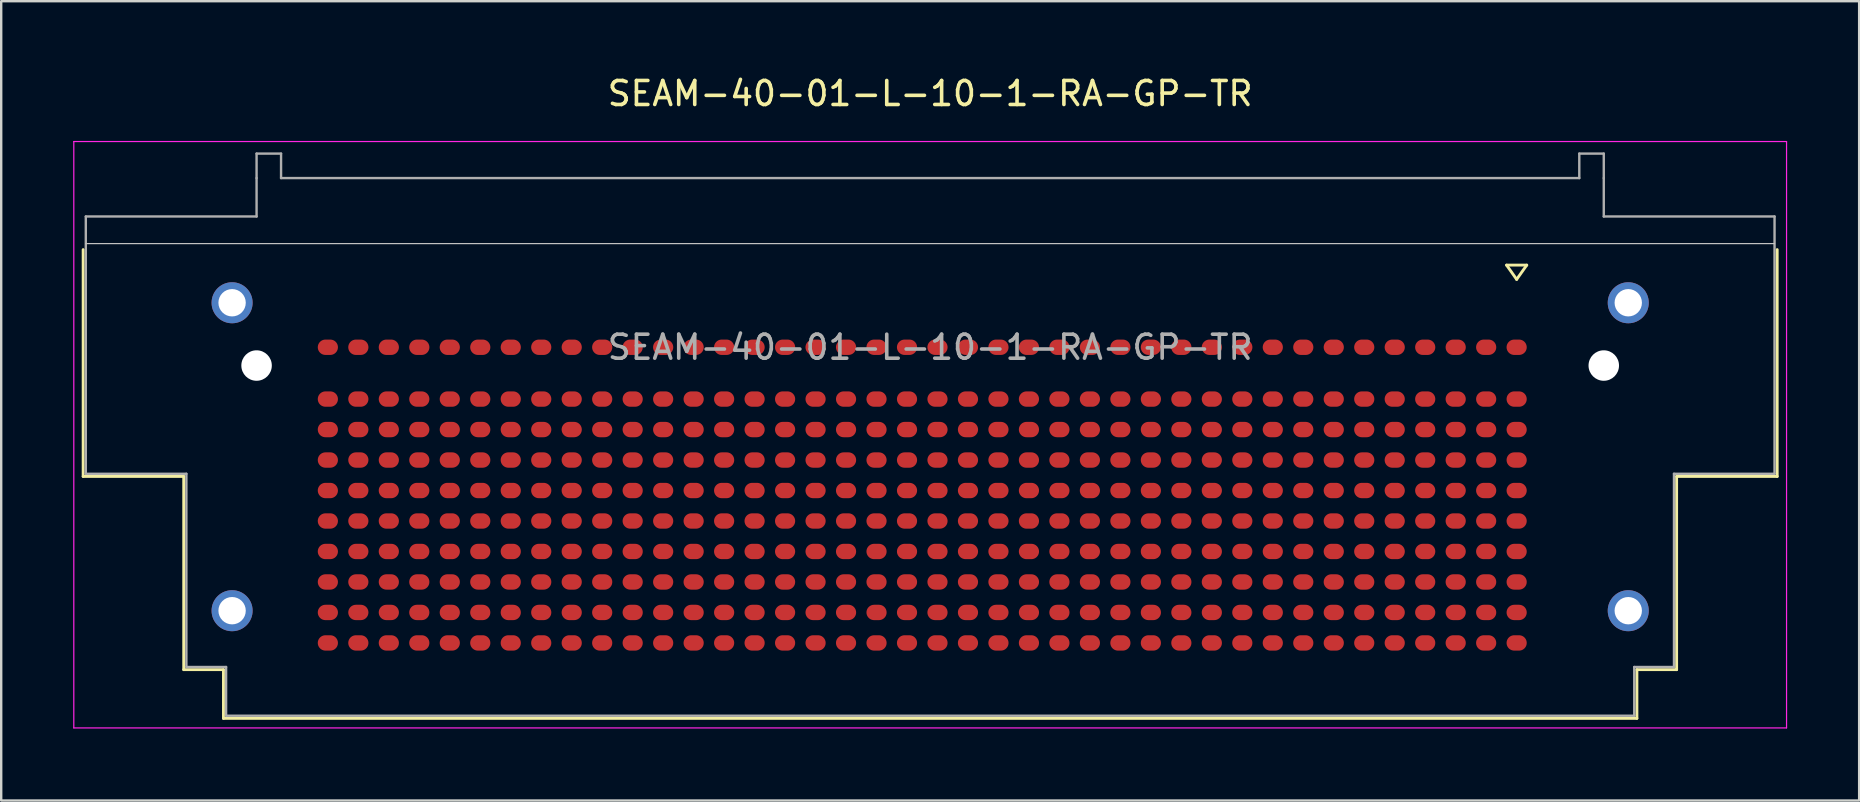
<source format=kicad_pcb>
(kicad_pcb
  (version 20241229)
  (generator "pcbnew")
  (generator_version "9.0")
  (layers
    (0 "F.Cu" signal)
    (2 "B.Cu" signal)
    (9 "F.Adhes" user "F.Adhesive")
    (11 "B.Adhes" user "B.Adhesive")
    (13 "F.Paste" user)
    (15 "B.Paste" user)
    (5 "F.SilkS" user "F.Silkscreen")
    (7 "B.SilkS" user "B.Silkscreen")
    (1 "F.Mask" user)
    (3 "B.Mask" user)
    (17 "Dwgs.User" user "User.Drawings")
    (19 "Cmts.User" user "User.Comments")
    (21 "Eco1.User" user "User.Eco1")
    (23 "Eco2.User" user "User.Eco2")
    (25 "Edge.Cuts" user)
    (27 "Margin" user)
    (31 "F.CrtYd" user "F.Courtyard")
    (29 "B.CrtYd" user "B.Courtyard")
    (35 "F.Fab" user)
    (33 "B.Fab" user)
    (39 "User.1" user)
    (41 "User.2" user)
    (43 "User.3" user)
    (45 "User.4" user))
  (footprint "SEAM-40-01-L-10-1-RA-GP-TR"
    (layer "F.Cu")
    (at 35.705 11.418)
    (property "Reference" "SEAM-40-01-L-10-1-RA-GP-TR" (at 0 -10.57 0) (layer "F.SilkS") (effects (font (size 1 1) (thickness 0.15))))
    (attr smd)
    (fp_line (start -35.29 -4.068) (end -35.29 5.382) (stroke (width 0.12) (type solid)) (layer "F.SilkS"))
    (fp_line (start -35.29 5.382) (end -31.1 5.382) (stroke (width 0.12) (type solid)) (layer "F.SilkS"))
    (fp_line (start -31.1 5.382) (end -31.1 13.432) (stroke (width 0.12) (type solid)) (layer "F.SilkS"))
    (fp_line (start -31.1 13.432) (end -29.445 13.432) (stroke (width 0.12) (type solid)) (layer "F.SilkS"))
    (fp_line (start -29.445 13.432) (end -29.445 15.462) (stroke (width 0.12) (type solid)) (layer "F.SilkS"))
    (fp_line (start -29.445 15.462) (end 29.445 15.462) (stroke (width 0.12) (type solid)) (layer "F.SilkS"))
    (fp_line (start 24.015 -3.422) (end 24.855 -3.422) (stroke (width 0.12) (type solid)) (layer "F.SilkS"))
    (fp_line (start 24.435 -2.828) (end 24.015 -3.422) (stroke (width 0.12) (type solid)) (layer "F.SilkS"))
    (fp_line (start 24.855 -3.422) (end 24.435 -2.828) (stroke (width 0.12) (type solid)) (layer "F.SilkS"))
    (fp_line (start 29.445 13.432) (end 31.1 13.432) (stroke (width 0.12) (type solid)) (layer "F.SilkS"))
    (fp_line (start 29.445 15.462) (end 29.445 13.432) (stroke (width 0.12) (type solid)) (layer "F.SilkS"))
    (fp_line (start 31.1 5.382) (end 35.29 5.382) (stroke (width 0.12) (type solid)) (layer "F.SilkS"))
    (fp_line (start 31.1 13.432) (end 31.1 5.382) (stroke (width 0.12) (type solid)) (layer "F.SilkS"))
    (fp_line (start 35.29 5.382) (end 35.29 -4.068) (stroke (width 0.12) (type solid)) (layer "F.SilkS"))
    (fp_line (start -35.18 -4.318) (end 35.18 -4.318) (stroke (width 0.05) (type solid)) (layer "Dwgs.User"))
    (fp_line (start -35.68 -8.57) (end -35.68 15.86) (stroke (width 0.05) (type solid)) (layer "F.CrtYd"))
    (fp_line (start -35.68 15.86) (end 35.68 15.86) (stroke (width 0.05) (type solid)) (layer "F.CrtYd"))
    (fp_line (start 35.68 -8.57) (end -35.68 -8.57) (stroke (width 0.05) (type solid)) (layer "F.CrtYd"))
    (fp_line (start 35.68 15.86) (end 35.68 -8.57) (stroke (width 0.05) (type solid)) (layer "F.CrtYd"))
    (fp_line (start -35.18 -5.448) (end -28.065 -5.448) (stroke (width 0.1) (type solid)) (layer "F.Fab"))
    (fp_line (start -35.18 5.272) (end -35.18 -5.448) (stroke (width 0.1) (type solid)) (layer "F.Fab"))
    (fp_line (start -30.99 5.272) (end -35.18 5.272) (stroke (width 0.1) (type solid)) (layer "F.Fab"))
    (fp_line (start -30.99 13.322) (end -30.99 5.272) (stroke (width 0.1) (type solid)) (layer "F.Fab"))
    (fp_line (start -29.335 13.322) (end -30.99 13.322) (stroke (width 0.1) (type solid)) (layer "F.Fab"))
    (fp_line (start -29.335 15.352) (end -29.335 13.322) (stroke (width 0.1) (type solid)) (layer "F.Fab"))
    (fp_line (start -28.065 -8.068) (end -27.045 -8.068) (stroke (width 0.1) (type solid)) (layer "F.Fab"))
    (fp_line (start -28.065 -7.048) (end -28.065 -8.068) (stroke (width 0.1) (type solid)) (layer "F.Fab"))
    (fp_line (start -28.065 -5.448) (end -28.065 -7.048) (stroke (width 0.1) (type solid)) (layer "F.Fab"))
    (fp_line (start -27.045 -8.068) (end -27.045 -7.048) (stroke (width 0.1) (type solid)) (layer "F.Fab"))
    (fp_line (start -27.045 -7.048) (end 27.045 -7.048) (stroke (width 0.1) (type solid)) (layer "F.Fab"))
    (fp_line (start 27.045 -8.068) (end 28.065 -8.068) (stroke (width 0.1) (type solid)) (layer "F.Fab"))
    (fp_line (start 27.045 -7.048) (end 27.045 -8.068) (stroke (width 0.1) (type solid)) (layer "F.Fab"))
    (fp_line (start 28.065 -8.068) (end 28.065 -7.048) (stroke (width 0.1) (type solid)) (layer "F.Fab"))
    (fp_line (start 28.065 -7.048) (end 28.065 -5.448) (stroke (width 0.1) (type solid)) (layer "F.Fab"))
    (fp_line (start 28.065 -5.448) (end 35.18 -5.448) (stroke (width 0.1) (type solid)) (layer "F.Fab"))
    (fp_line (start 29.335 13.322) (end 29.335 15.352) (stroke (width 0.1) (type solid)) (layer "F.Fab"))
    (fp_line (start 29.335 15.352) (end -29.335 15.352) (stroke (width 0.1) (type solid)) (layer "F.Fab"))
    (fp_line (start 30.99 5.272) (end 30.99 13.322) (stroke (width 0.1) (type solid)) (layer "F.Fab"))
    (fp_line (start 30.99 13.322) (end 29.335 13.322) (stroke (width 0.1) (type solid)) (layer "F.Fab"))
    (fp_line (start 35.18 -5.448) (end 35.18 5.272) (stroke (width 0.1) (type solid)) (layer "F.Fab"))
    (fp_line (start 35.18 5.272) (end 30.99 5.272) (stroke (width 0.1) (type solid)) (layer "F.Fab"))
    (fp_text user "${REFERENCE}" (at 0 0 0) (layer "F.Fab") (effects (font (size 1 1) (thickness 0.15))))
    (pad "" thru_hole circle (at -29.085 -1.854) (size 1.71 1.71) (drill 1.14) (layers "*.Cu" "*.Mask"))
    (pad "" thru_hole circle (at -29.085 10.976) (size 1.71 1.71) (drill 1.14) (layers "*.Cu" "*.Mask"))
    (pad "" np_thru_hole circle (at -28.065 0.762) (size 1.27 1.27) (drill 1.27) (layers "*.Cu" "*.Mask"))
    (pad "" smd oval (at -25.095 0) (size 0.98 0.89) (layers "F.Paste"))
    (pad "" smd oval (at -25.095 2.159) (size 0.98 0.89) (layers "F.Paste"))
    (pad "" smd oval (at -25.095 3.429) (size 0.98 0.89) (layers "F.Paste"))
    (pad "" smd oval (at -25.095 4.699) (size 0.98 0.89) (layers "F.Paste"))
    (pad "" smd oval (at -25.095 5.969) (size 0.98 0.89) (layers "F.Paste"))
    (pad "" smd oval (at -25.095 7.239) (size 0.98 0.89) (layers "F.Paste"))
    (pad "" smd oval (at -25.095 8.509) (size 0.98 0.89) (layers "F.Paste"))
    (pad "" smd oval (at -25.095 9.779) (size 0.98 0.89) (layers "F.Paste"))
    (pad "" smd oval (at -25.095 11.049) (size 0.98 0.89) (layers "F.Paste"))
    (pad "" smd oval (at -25.095 12.319) (size 0.98 0.89) (layers "F.Paste"))
    (pad "" smd oval (at -23.825 0) (size 0.98 0.89) (layers "F.Paste"))
    (pad "" smd oval (at -23.825 2.159) (size 0.98 0.89) (layers "F.Paste"))
    (pad "" smd oval (at -23.825 3.429) (size 0.98 0.89) (layers "F.Paste"))
    (pad "" smd oval (at -23.825 4.699) (size 0.98 0.89) (layers "F.Paste"))
    (pad "" smd oval (at -23.825 5.969) (size 0.98 0.89) (layers "F.Paste"))
    (pad "" smd oval (at -23.825 7.239) (size 0.98 0.89) (layers "F.Paste"))
    (pad "" smd oval (at -23.825 8.509) (size 0.98 0.89) (layers "F.Paste"))
    (pad "" smd oval (at -23.825 9.779) (size 0.98 0.89) (layers "F.Paste"))
    (pad "" smd oval (at -23.825 11.049) (size 0.98 0.89) (layers "F.Paste"))
    (pad "" smd oval (at -23.825 12.319) (size 0.98 0.89) (layers "F.Paste"))
    (pad "" smd oval (at -22.555 0) (size 0.98 0.89) (layers "F.Paste"))
    (pad "" smd oval (at -22.555 2.159) (size 0.98 0.89) (layers "F.Paste"))
    (pad "" smd oval (at -22.555 3.429) (size 0.98 0.89) (layers "F.Paste"))
    (pad "" smd oval (at -22.555 4.699) (size 0.98 0.89) (layers "F.Paste"))
    (pad "" smd oval (at -22.555 5.969) (size 0.98 0.89) (layers "F.Paste"))
    (pad "" smd oval (at -22.555 7.239) (size 0.98 0.89) (layers "F.Paste"))
    (pad "" smd oval (at -22.555 8.509) (size 0.98 0.89) (layers "F.Paste"))
    (pad "" smd oval (at -22.555 9.779) (size 0.98 0.89) (layers "F.Paste"))
    (pad "" smd oval (at -22.555 11.049) (size 0.98 0.89) (layers "F.Paste"))
    (pad "" smd oval (at -22.555 12.319) (size 0.98 0.89) (layers "F.Paste"))
    (pad "" smd oval (at -21.285 0) (size 0.98 0.89) (layers "F.Paste"))
    (pad "" smd oval (at -21.285 2.159) (size 0.98 0.89) (layers "F.Paste"))
    (pad "" smd oval (at -21.285 3.429) (size 0.98 0.89) (layers "F.Paste"))
    (pad "" smd oval (at -21.285 4.699) (size 0.98 0.89) (layers "F.Paste"))
    (pad "" smd oval (at -21.285 5.969) (size 0.98 0.89) (layers "F.Paste"))
    (pad "" smd oval (at -21.285 7.239) (size 0.98 0.89) (layers "F.Paste"))
    (pad "" smd oval (at -21.285 8.509) (size 0.98 0.89) (layers "F.Paste"))
    (pad "" smd oval (at -21.285 9.779) (size 0.98 0.89) (layers "F.Paste"))
    (pad "" smd oval (at -21.285 11.049) (size 0.98 0.89) (layers "F.Paste"))
    (pad "" smd oval (at -21.285 12.319) (size 0.98 0.89) (layers "F.Paste"))
    (pad "" smd oval (at -20.015 0) (size 0.98 0.89) (layers "F.Paste"))
    (pad "" smd oval (at -20.015 2.159) (size 0.98 0.89) (layers "F.Paste"))
    (pad "" smd oval (at -20.015 3.429) (size 0.98 0.89) (layers "F.Paste"))
    (pad "" smd oval (at -20.015 4.699) (size 0.98 0.89) (layers "F.Paste"))
    (pad "" smd oval (at -20.015 5.969) (size 0.98 0.89) (layers "F.Paste"))
    (pad "" smd oval (at -20.015 7.239) (size 0.98 0.89) (layers "F.Paste"))
    (pad "" smd oval (at -20.015 8.509) (size 0.98 0.89) (layers "F.Paste"))
    (pad "" smd oval (at -20.015 9.779) (size 0.98 0.89) (layers "F.Paste"))
    (pad "" smd oval (at -20.015 11.049) (size 0.98 0.89) (layers "F.Paste"))
    (pad "" smd oval (at -20.015 12.319) (size 0.98 0.89) (layers "F.Paste"))
    (pad "" smd oval (at -18.745 0) (size 0.98 0.89) (layers "F.Paste"))
    (pad "" smd oval (at -18.745 2.159) (size 0.98 0.89) (layers "F.Paste"))
    (pad "" smd oval (at -18.745 3.429) (size 0.98 0.89) (layers "F.Paste"))
    (pad "" smd oval (at -18.745 4.699) (size 0.98 0.89) (layers "F.Paste"))
    (pad "" smd oval (at -18.745 5.969) (size 0.98 0.89) (layers "F.Paste"))
    (pad "" smd oval (at -18.745 7.239) (size 0.98 0.89) (layers "F.Paste"))
    (pad "" smd oval (at -18.745 8.509) (size 0.98 0.89) (layers "F.Paste"))
    (pad "" smd oval (at -18.745 9.779) (size 0.98 0.89) (layers "F.Paste"))
    (pad "" smd oval (at -18.745 11.049) (size 0.98 0.89) (layers "F.Paste"))
    (pad "" smd oval (at -18.745 12.319) (size 0.98 0.89) (layers "F.Paste"))
    (pad "" smd oval (at -17.475 0) (size 0.98 0.89) (layers "F.Paste"))
    (pad "" smd oval (at -17.475 2.159) (size 0.98 0.89) (layers "F.Paste"))
    (pad "" smd oval (at -17.475 3.429) (size 0.98 0.89) (layers "F.Paste"))
    (pad "" smd oval (at -17.475 4.699) (size 0.98 0.89) (layers "F.Paste"))
    (pad "" smd oval (at -17.475 5.969) (size 0.98 0.89) (layers "F.Paste"))
    (pad "" smd oval (at -17.475 7.239) (size 0.98 0.89) (layers "F.Paste"))
    (pad "" smd oval (at -17.475 8.509) (size 0.98 0.89) (layers "F.Paste"))
    (pad "" smd oval (at -17.475 9.779) (size 0.98 0.89) (layers "F.Paste"))
    (pad "" smd oval (at -17.475 11.049) (size 0.98 0.89) (layers "F.Paste"))
    (pad "" smd oval (at -17.475 12.319) (size 0.98 0.89) (layers "F.Paste"))
    (pad "" smd oval (at -16.205 0) (size 0.98 0.89) (layers "F.Paste"))
    (pad "" smd oval (at -16.205 2.159) (size 0.98 0.89) (layers "F.Paste"))
    (pad "" smd oval (at -16.205 3.429) (size 0.98 0.89) (layers "F.Paste"))
    (pad "" smd oval (at -16.205 4.699) (size 0.98 0.89) (layers "F.Paste"))
    (pad "" smd oval (at -16.205 5.969) (size 0.98 0.89) (layers "F.Paste"))
    (pad "" smd oval (at -16.205 7.239) (size 0.98 0.89) (layers "F.Paste"))
    (pad "" smd oval (at -16.205 8.509) (size 0.98 0.89) (layers "F.Paste"))
    (pad "" smd oval (at -16.205 9.779) (size 0.98 0.89) (layers "F.Paste"))
    (pad "" smd oval (at -16.205 11.049) (size 0.98 0.89) (layers "F.Paste"))
    (pad "" smd oval (at -16.205 12.319) (size 0.98 0.89) (layers "F.Paste"))
    (pad "" smd oval (at -14.935 0) (size 0.98 0.89) (layers "F.Paste"))
    (pad "" smd oval (at -14.935 2.159) (size 0.98 0.89) (layers "F.Paste"))
    (pad "" smd oval (at -14.935 3.429) (size 0.98 0.89) (layers "F.Paste"))
    (pad "" smd oval (at -14.935 4.699) (size 0.98 0.89) (layers "F.Paste"))
    (pad "" smd oval (at -14.935 5.969) (size 0.98 0.89) (layers "F.Paste"))
    (pad "" smd oval (at -14.935 7.239) (size 0.98 0.89) (layers "F.Paste"))
    (pad "" smd oval (at -14.935 8.509) (size 0.98 0.89) (layers "F.Paste"))
    (pad "" smd oval (at -14.935 9.779) (size 0.98 0.89) (layers "F.Paste"))
    (pad "" smd oval (at -14.935 11.049) (size 0.98 0.89) (layers "F.Paste"))
    (pad "" smd oval (at -14.935 12.319) (size 0.98 0.89) (layers "F.Paste"))
    (pad "" smd oval (at -13.665 0) (size 0.98 0.89) (layers "F.Paste"))
    (pad "" smd oval (at -13.665 2.159) (size 0.98 0.89) (layers "F.Paste"))
    (pad "" smd oval (at -13.665 3.429) (size 0.98 0.89) (layers "F.Paste"))
    (pad "" smd oval (at -13.665 4.699) (size 0.98 0.89) (layers "F.Paste"))
    (pad "" smd oval (at -13.665 5.969) (size 0.98 0.89) (layers "F.Paste"))
    (pad "" smd oval (at -13.665 7.239) (size 0.98 0.89) (layers "F.Paste"))
    (pad "" smd oval (at -13.665 8.509) (size 0.98 0.89) (layers "F.Paste"))
    (pad "" smd oval (at -13.665 9.779) (size 0.98 0.89) (layers "F.Paste"))
    (pad "" smd oval (at -13.665 11.049) (size 0.98 0.89) (layers "F.Paste"))
    (pad "" smd oval (at -13.665 12.319) (size 0.98 0.89) (layers "F.Paste"))
    (pad "" smd oval (at -12.395 0) (size 0.98 0.89) (layers "F.Paste"))
    (pad "" smd oval (at -12.395 2.159) (size 0.98 0.89) (layers "F.Paste"))
    (pad "" smd oval (at -12.395 3.429) (size 0.98 0.89) (layers "F.Paste"))
    (pad "" smd oval (at -12.395 4.699) (size 0.98 0.89) (layers "F.Paste"))
    (pad "" smd oval (at -12.395 5.969) (size 0.98 0.89) (layers "F.Paste"))
    (pad "" smd oval (at -12.395 7.239) (size 0.98 0.89) (layers "F.Paste"))
    (pad "" smd oval (at -12.395 8.509) (size 0.98 0.89) (layers "F.Paste"))
    (pad "" smd oval (at -12.395 9.779) (size 0.98 0.89) (layers "F.Paste"))
    (pad "" smd oval (at -12.395 11.049) (size 0.98 0.89) (layers "F.Paste"))
    (pad "" smd oval (at -12.395 12.319) (size 0.98 0.89) (layers "F.Paste"))
    (pad "" smd oval (at -11.125 0) (size 0.98 0.89) (layers "F.Paste"))
    (pad "" smd oval (at -11.125 2.159) (size 0.98 0.89) (layers "F.Paste"))
    (pad "" smd oval (at -11.125 3.429) (size 0.98 0.89) (layers "F.Paste"))
    (pad "" smd oval (at -11.125 4.699) (size 0.98 0.89) (layers "F.Paste"))
    (pad "" smd oval (at -11.125 5.969) (size 0.98 0.89) (layers "F.Paste"))
    (pad "" smd oval (at -11.125 7.239) (size 0.98 0.89) (layers "F.Paste"))
    (pad "" smd oval (at -11.125 8.509) (size 0.98 0.89) (layers "F.Paste"))
    (pad "" smd oval (at -11.125 9.779) (size 0.98 0.89) (layers "F.Paste"))
    (pad "" smd oval (at -11.125 11.049) (size 0.98 0.89) (layers "F.Paste"))
    (pad "" smd oval (at -11.125 12.319) (size 0.98 0.89) (layers "F.Paste"))
    (pad "" smd oval (at -9.855 0) (size 0.98 0.89) (layers "F.Paste"))
    (pad "" smd oval (at -9.855 2.159) (size 0.98 0.89) (layers "F.Paste"))
    (pad "" smd oval (at -9.855 3.429) (size 0.98 0.89) (layers "F.Paste"))
    (pad "" smd oval (at -9.855 4.699) (size 0.98 0.89) (layers "F.Paste"))
    (pad "" smd oval (at -9.855 5.969) (size 0.98 0.89) (layers "F.Paste"))
    (pad "" smd oval (at -9.855 7.239) (size 0.98 0.89) (layers "F.Paste"))
    (pad "" smd oval (at -9.855 8.509) (size 0.98 0.89) (layers "F.Paste"))
    (pad "" smd oval (at -9.855 9.779) (size 0.98 0.89) (layers "F.Paste"))
    (pad "" smd oval (at -9.855 11.049) (size 0.98 0.89) (layers "F.Paste"))
    (pad "" smd oval (at -9.855 12.319) (size 0.98 0.89) (layers "F.Paste"))
    (pad "" smd oval (at -8.585 0) (size 0.98 0.89) (layers "F.Paste"))
    (pad "" smd oval (at -8.585 2.159) (size 0.98 0.89) (layers "F.Paste"))
    (pad "" smd oval (at -8.585 3.429) (size 0.98 0.89) (layers "F.Paste"))
    (pad "" smd oval (at -8.585 4.699) (size 0.98 0.89) (layers "F.Paste"))
    (pad "" smd oval (at -8.585 5.969) (size 0.98 0.89) (layers "F.Paste"))
    (pad "" smd oval (at -8.585 7.239) (size 0.98 0.89) (layers "F.Paste"))
    (pad "" smd oval (at -8.585 8.509) (size 0.98 0.89) (layers "F.Paste"))
    (pad "" smd oval (at -8.585 9.779) (size 0.98 0.89) (layers "F.Paste"))
    (pad "" smd oval (at -8.585 11.049) (size 0.98 0.89) (layers "F.Paste"))
    (pad "" smd oval (at -8.585 12.319) (size 0.98 0.89) (layers "F.Paste"))
    (pad "" smd oval (at -7.315 0) (size 0.98 0.89) (layers "F.Paste"))
    (pad "" smd oval (at -7.315 2.159) (size 0.98 0.89) (layers "F.Paste"))
    (pad "" smd oval (at -7.315 3.429) (size 0.98 0.89) (layers "F.Paste"))
    (pad "" smd oval (at -7.315 4.699) (size 0.98 0.89) (layers "F.Paste"))
    (pad "" smd oval (at -7.315 5.969) (size 0.98 0.89) (layers "F.Paste"))
    (pad "" smd oval (at -7.315 7.239) (size 0.98 0.89) (layers "F.Paste"))
    (pad "" smd oval (at -7.315 8.509) (size 0.98 0.89) (layers "F.Paste"))
    (pad "" smd oval (at -7.315 9.779) (size 0.98 0.89) (layers "F.Paste"))
    (pad "" smd oval (at -7.315 11.049) (size 0.98 0.89) (layers "F.Paste"))
    (pad "" smd oval (at -7.315 12.319) (size 0.98 0.89) (layers "F.Paste"))
    (pad "" smd oval (at -6.045 0) (size 0.98 0.89) (layers "F.Paste"))
    (pad "" smd oval (at -6.045 2.159) (size 0.98 0.89) (layers "F.Paste"))
    (pad "" smd oval (at -6.045 3.429) (size 0.98 0.89) (layers "F.Paste"))
    (pad "" smd oval (at -6.045 4.699) (size 0.98 0.89) (layers "F.Paste"))
    (pad "" smd oval (at -6.045 5.969) (size 0.98 0.89) (layers "F.Paste"))
    (pad "" smd oval (at -6.045 7.239) (size 0.98 0.89) (layers "F.Paste"))
    (pad "" smd oval (at -6.045 8.509) (size 0.98 0.89) (layers "F.Paste"))
    (pad "" smd oval (at -6.045 9.779) (size 0.98 0.89) (layers "F.Paste"))
    (pad "" smd oval (at -6.045 11.049) (size 0.98 0.89) (layers "F.Paste"))
    (pad "" smd oval (at -6.045 12.319) (size 0.98 0.89) (layers "F.Paste"))
    (pad "" smd oval (at -4.775 0) (size 0.98 0.89) (layers "F.Paste"))
    (pad "" smd oval (at -4.775 2.159) (size 0.98 0.89) (layers "F.Paste"))
    (pad "" smd oval (at -4.775 3.429) (size 0.98 0.89) (layers "F.Paste"))
    (pad "" smd oval (at -4.775 4.699) (size 0.98 0.89) (layers "F.Paste"))
    (pad "" smd oval (at -4.775 5.969) (size 0.98 0.89) (layers "F.Paste"))
    (pad "" smd oval (at -4.775 7.239) (size 0.98 0.89) (layers "F.Paste"))
    (pad "" smd oval (at -4.775 8.509) (size 0.98 0.89) (layers "F.Paste"))
    (pad "" smd oval (at -4.775 9.779) (size 0.98 0.89) (layers "F.Paste"))
    (pad "" smd oval (at -4.775 11.049) (size 0.98 0.89) (layers "F.Paste"))
    (pad "" smd oval (at -4.775 12.319) (size 0.98 0.89) (layers "F.Paste"))
    (pad "" smd oval (at -3.505 0) (size 0.98 0.89) (layers "F.Paste"))
    (pad "" smd oval (at -3.505 2.159) (size 0.98 0.89) (layers "F.Paste"))
    (pad "" smd oval (at -3.505 3.429) (size 0.98 0.89) (layers "F.Paste"))
    (pad "" smd oval (at -3.505 4.699) (size 0.98 0.89) (layers "F.Paste"))
    (pad "" smd oval (at -3.505 5.969) (size 0.98 0.89) (layers "F.Paste"))
    (pad "" smd oval (at -3.505 7.239) (size 0.98 0.89) (layers "F.Paste"))
    (pad "" smd oval (at -3.505 8.509) (size 0.98 0.89) (layers "F.Paste"))
    (pad "" smd oval (at -3.505 9.779) (size 0.98 0.89) (layers "F.Paste"))
    (pad "" smd oval (at -3.505 11.049) (size 0.98 0.89) (layers "F.Paste"))
    (pad "" smd oval (at -3.505 12.319) (size 0.98 0.89) (layers "F.Paste"))
    (pad "" smd oval (at -2.235 0) (size 0.98 0.89) (layers "F.Paste"))
    (pad "" smd oval (at -2.235 2.159) (size 0.98 0.89) (layers "F.Paste"))
    (pad "" smd oval (at -2.235 3.429) (size 0.98 0.89) (layers "F.Paste"))
    (pad "" smd oval (at -2.235 4.699) (size 0.98 0.89) (layers "F.Paste"))
    (pad "" smd oval (at -2.235 5.969) (size 0.98 0.89) (layers "F.Paste"))
    (pad "" smd oval (at -2.235 7.239) (size 0.98 0.89) (layers "F.Paste"))
    (pad "" smd oval (at -2.235 8.509) (size 0.98 0.89) (layers "F.Paste"))
    (pad "" smd oval (at -2.235 9.779) (size 0.98 0.89) (layers "F.Paste"))
    (pad "" smd oval (at -2.235 11.049) (size 0.98 0.89) (layers "F.Paste"))
    (pad "" smd oval (at -2.235 12.319) (size 0.98 0.89) (layers "F.Paste"))
    (pad "" smd oval (at -0.965 0) (size 0.98 0.89) (layers "F.Paste"))
    (pad "" smd oval (at -0.965 2.159) (size 0.98 0.89) (layers "F.Paste"))
    (pad "" smd oval (at -0.965 3.429) (size 0.98 0.89) (layers "F.Paste"))
    (pad "" smd oval (at -0.965 4.699) (size 0.98 0.89) (layers "F.Paste"))
    (pad "" smd oval (at -0.965 5.969) (size 0.98 0.89) (layers "F.Paste"))
    (pad "" smd oval (at -0.965 7.239) (size 0.98 0.89) (layers "F.Paste"))
    (pad "" smd oval (at -0.965 8.509) (size 0.98 0.89) (layers "F.Paste"))
    (pad "" smd oval (at -0.965 9.779) (size 0.98 0.89) (layers "F.Paste"))
    (pad "" smd oval (at -0.965 11.049) (size 0.98 0.89) (layers "F.Paste"))
    (pad "" smd oval (at -0.965 12.319) (size 0.98 0.89) (layers "F.Paste"))
    (pad "" smd oval (at 0.305 0) (size 0.98 0.89) (layers "F.Paste"))
    (pad "" smd oval (at 0.305 2.159) (size 0.98 0.89) (layers "F.Paste"))
    (pad "" smd oval (at 0.305 3.429) (size 0.98 0.89) (layers "F.Paste"))
    (pad "" smd oval (at 0.305 4.699) (size 0.98 0.89) (layers "F.Paste"))
    (pad "" smd oval (at 0.305 5.969) (size 0.98 0.89) (layers "F.Paste"))
    (pad "" smd oval (at 0.305 7.239) (size 0.98 0.89) (layers "F.Paste"))
    (pad "" smd oval (at 0.305 8.509) (size 0.98 0.89) (layers "F.Paste"))
    (pad "" smd oval (at 0.305 9.779) (size 0.98 0.89) (layers "F.Paste"))
    (pad "" smd oval (at 0.305 11.049) (size 0.98 0.89) (layers "F.Paste"))
    (pad "" smd oval (at 0.305 12.319) (size 0.98 0.89) (layers "F.Paste"))
    (pad "" smd oval (at 1.575 0) (size 0.98 0.89) (layers "F.Paste"))
    (pad "" smd oval (at 1.575 2.159) (size 0.98 0.89) (layers "F.Paste"))
    (pad "" smd oval (at 1.575 3.429) (size 0.98 0.89) (layers "F.Paste"))
    (pad "" smd oval (at 1.575 4.699) (size 0.98 0.89) (layers "F.Paste"))
    (pad "" smd oval (at 1.575 5.969) (size 0.98 0.89) (layers "F.Paste"))
    (pad "" smd oval (at 1.575 7.239) (size 0.98 0.89) (layers "F.Paste"))
    (pad "" smd oval (at 1.575 8.509) (size 0.98 0.89) (layers "F.Paste"))
    (pad "" smd oval (at 1.575 9.779) (size 0.98 0.89) (layers "F.Paste"))
    (pad "" smd oval (at 1.575 11.049) (size 0.98 0.89) (layers "F.Paste"))
    (pad "" smd oval (at 1.575 12.319) (size 0.98 0.89) (layers "F.Paste"))
    (pad "" smd oval (at 2.845 0) (size 0.98 0.89) (layers "F.Paste"))
    (pad "" smd oval (at 2.845 2.159) (size 0.98 0.89) (layers "F.Paste"))
    (pad "" smd oval (at 2.845 3.429) (size 0.98 0.89) (layers "F.Paste"))
    (pad "" smd oval (at 2.845 4.699) (size 0.98 0.89) (layers "F.Paste"))
    (pad "" smd oval (at 2.845 5.969) (size 0.98 0.89) (layers "F.Paste"))
    (pad "" smd oval (at 2.845 7.239) (size 0.98 0.89) (layers "F.Paste"))
    (pad "" smd oval (at 2.845 8.509) (size 0.98 0.89) (layers "F.Paste"))
    (pad "" smd oval (at 2.845 9.779) (size 0.98 0.89) (layers "F.Paste"))
    (pad "" smd oval (at 2.845 11.049) (size 0.98 0.89) (layers "F.Paste"))
    (pad "" smd oval (at 2.845 12.319) (size 0.98 0.89) (layers "F.Paste"))
    (pad "" smd oval (at 4.115 0) (size 0.98 0.89) (layers "F.Paste"))
    (pad "" smd oval (at 4.115 2.159) (size 0.98 0.89) (layers "F.Paste"))
    (pad "" smd oval (at 4.115 3.429) (size 0.98 0.89) (layers "F.Paste"))
    (pad "" smd oval (at 4.115 4.699) (size 0.98 0.89) (layers "F.Paste"))
    (pad "" smd oval (at 4.115 5.969) (size 0.98 0.89) (layers "F.Paste"))
    (pad "" smd oval (at 4.115 7.239) (size 0.98 0.89) (layers "F.Paste"))
    (pad "" smd oval (at 4.115 8.509) (size 0.98 0.89) (layers "F.Paste"))
    (pad "" smd oval (at 4.115 9.779) (size 0.98 0.89) (layers "F.Paste"))
    (pad "" smd oval (at 4.115 11.049) (size 0.98 0.89) (layers "F.Paste"))
    (pad "" smd oval (at 4.115 12.319) (size 0.98 0.89) (layers "F.Paste"))
    (pad "" smd oval (at 5.385 0) (size 0.98 0.89) (layers "F.Paste"))
    (pad "" smd oval (at 5.385 2.159) (size 0.98 0.89) (layers "F.Paste"))
    (pad "" smd oval (at 5.385 3.429) (size 0.98 0.89) (layers "F.Paste"))
    (pad "" smd oval (at 5.385 4.699) (size 0.98 0.89) (layers "F.Paste"))
    (pad "" smd oval (at 5.385 5.969) (size 0.98 0.89) (layers "F.Paste"))
    (pad "" smd oval (at 5.385 7.239) (size 0.98 0.89) (layers "F.Paste"))
    (pad "" smd oval (at 5.385 8.509) (size 0.98 0.89) (layers "F.Paste"))
    (pad "" smd oval (at 5.385 9.779) (size 0.98 0.89) (layers "F.Paste"))
    (pad "" smd oval (at 5.385 11.049) (size 0.98 0.89) (layers "F.Paste"))
    (pad "" smd oval (at 5.385 12.319) (size 0.98 0.89) (layers "F.Paste"))
    (pad "" smd oval (at 6.655 0) (size 0.98 0.89) (layers "F.Paste"))
    (pad "" smd oval (at 6.655 2.159) (size 0.98 0.89) (layers "F.Paste"))
    (pad "" smd oval (at 6.655 3.429) (size 0.98 0.89) (layers "F.Paste"))
    (pad "" smd oval (at 6.655 4.699) (size 0.98 0.89) (layers "F.Paste"))
    (pad "" smd oval (at 6.655 5.969) (size 0.98 0.89) (layers "F.Paste"))
    (pad "" smd oval (at 6.655 7.239) (size 0.98 0.89) (layers "F.Paste"))
    (pad "" smd oval (at 6.655 8.509) (size 0.98 0.89) (layers "F.Paste"))
    (pad "" smd oval (at 6.655 9.779) (size 0.98 0.89) (layers "F.Paste"))
    (pad "" smd oval (at 6.655 11.049) (size 0.98 0.89) (layers "F.Paste"))
    (pad "" smd oval (at 6.655 12.319) (size 0.98 0.89) (layers "F.Paste"))
    (pad "" smd oval (at 7.925 0) (size 0.98 0.89) (layers "F.Paste"))
    (pad "" smd oval (at 7.925 2.159) (size 0.98 0.89) (layers "F.Paste"))
    (pad "" smd oval (at 7.925 3.429) (size 0.98 0.89) (layers "F.Paste"))
    (pad "" smd oval (at 7.925 4.699) (size 0.98 0.89) (layers "F.Paste"))
    (pad "" smd oval (at 7.925 5.969) (size 0.98 0.89) (layers "F.Paste"))
    (pad "" smd oval (at 7.925 7.239) (size 0.98 0.89) (layers "F.Paste"))
    (pad "" smd oval (at 7.925 8.509) (size 0.98 0.89) (layers "F.Paste"))
    (pad "" smd oval (at 7.925 9.779) (size 0.98 0.89) (layers "F.Paste"))
    (pad "" smd oval (at 7.925 11.049) (size 0.98 0.89) (layers "F.Paste"))
    (pad "" smd oval (at 7.925 12.319) (size 0.98 0.89) (layers "F.Paste"))
    (pad "" smd oval (at 9.195 0) (size 0.98 0.89) (layers "F.Paste"))
    (pad "" smd oval (at 9.195 2.159) (size 0.98 0.89) (layers "F.Paste"))
    (pad "" smd oval (at 9.195 3.429) (size 0.98 0.89) (layers "F.Paste"))
    (pad "" smd oval (at 9.195 4.699) (size 0.98 0.89) (layers "F.Paste"))
    (pad "" smd oval (at 9.195 5.969) (size 0.98 0.89) (layers "F.Paste"))
    (pad "" smd oval (at 9.195 7.239) (size 0.98 0.89) (layers "F.Paste"))
    (pad "" smd oval (at 9.195 8.509) (size 0.98 0.89) (layers "F.Paste"))
    (pad "" smd oval (at 9.195 9.779) (size 0.98 0.89) (layers "F.Paste"))
    (pad "" smd oval (at 9.195 11.049) (size 0.98 0.89) (layers "F.Paste"))
    (pad "" smd oval (at 9.195 12.319) (size 0.98 0.89) (layers "F.Paste"))
    (pad "" smd oval (at 10.465 0) (size 0.98 0.89) (layers "F.Paste"))
    (pad "" smd oval (at 10.465 2.159) (size 0.98 0.89) (layers "F.Paste"))
    (pad "" smd oval (at 10.465 3.429) (size 0.98 0.89) (layers "F.Paste"))
    (pad "" smd oval (at 10.465 4.699) (size 0.98 0.89) (layers "F.Paste"))
    (pad "" smd oval (at 10.465 5.969) (size 0.98 0.89) (layers "F.Paste"))
    (pad "" smd oval (at 10.465 7.239) (size 0.98 0.89) (layers "F.Paste"))
    (pad "" smd oval (at 10.465 8.509) (size 0.98 0.89) (layers "F.Paste"))
    (pad "" smd oval (at 10.465 9.779) (size 0.98 0.89) (layers "F.Paste"))
    (pad "" smd oval (at 10.465 11.049) (size 0.98 0.89) (layers "F.Paste"))
    (pad "" smd oval (at 10.465 12.319) (size 0.98 0.89) (layers "F.Paste"))
    (pad "" smd oval (at 11.735 0) (size 0.98 0.89) (layers "F.Paste"))
    (pad "" smd oval (at 11.735 2.159) (size 0.98 0.89) (layers "F.Paste"))
    (pad "" smd oval (at 11.735 3.429) (size 0.98 0.89) (layers "F.Paste"))
    (pad "" smd oval (at 11.735 4.699) (size 0.98 0.89) (layers "F.Paste"))
    (pad "" smd oval (at 11.735 5.969) (size 0.98 0.89) (layers "F.Paste"))
    (pad "" smd oval (at 11.735 7.239) (size 0.98 0.89) (layers "F.Paste"))
    (pad "" smd oval (at 11.735 8.509) (size 0.98 0.89) (layers "F.Paste"))
    (pad "" smd oval (at 11.735 9.779) (size 0.98 0.89) (layers "F.Paste"))
    (pad "" smd oval (at 11.735 11.049) (size 0.98 0.89) (layers "F.Paste"))
    (pad "" smd oval (at 11.735 12.319) (size 0.98 0.89) (layers "F.Paste"))
    (pad "" smd oval (at 13.005 0) (size 0.98 0.89) (layers "F.Paste"))
    (pad "" smd oval (at 13.005 2.159) (size 0.98 0.89) (layers "F.Paste"))
    (pad "" smd oval (at 13.005 3.429) (size 0.98 0.89) (layers "F.Paste"))
    (pad "" smd oval (at 13.005 4.699) (size 0.98 0.89) (layers "F.Paste"))
    (pad "" smd oval (at 13.005 5.969) (size 0.98 0.89) (layers "F.Paste"))
    (pad "" smd oval (at 13.005 7.239) (size 0.98 0.89) (layers "F.Paste"))
    (pad "" smd oval (at 13.005 8.509) (size 0.98 0.89) (layers "F.Paste"))
    (pad "" smd oval (at 13.005 9.779) (size 0.98 0.89) (layers "F.Paste"))
    (pad "" smd oval (at 13.005 11.049) (size 0.98 0.89) (layers "F.Paste"))
    (pad "" smd oval (at 13.005 12.319) (size 0.98 0.89) (layers "F.Paste"))
    (pad "" smd oval (at 14.275 0) (size 0.98 0.89) (layers "F.Paste"))
    (pad "" smd oval (at 14.275 2.159) (size 0.98 0.89) (layers "F.Paste"))
    (pad "" smd oval (at 14.275 3.429) (size 0.98 0.89) (layers "F.Paste"))
    (pad "" smd oval (at 14.275 4.699) (size 0.98 0.89) (layers "F.Paste"))
    (pad "" smd oval (at 14.275 5.969) (size 0.98 0.89) (layers "F.Paste"))
    (pad "" smd oval (at 14.275 7.239) (size 0.98 0.89) (layers "F.Paste"))
    (pad "" smd oval (at 14.275 8.509) (size 0.98 0.89) (layers "F.Paste"))
    (pad "" smd oval (at 14.275 9.779) (size 0.98 0.89) (layers "F.Paste"))
    (pad "" smd oval (at 14.275 11.049) (size 0.98 0.89) (layers "F.Paste"))
    (pad "" smd oval (at 14.275 12.319) (size 0.98 0.89) (layers "F.Paste"))
    (pad "" smd oval (at 15.545 0) (size 0.98 0.89) (layers "F.Paste"))
    (pad "" smd oval (at 15.545 2.159) (size 0.98 0.89) (layers "F.Paste"))
    (pad "" smd oval (at 15.545 3.429) (size 0.98 0.89) (layers "F.Paste"))
    (pad "" smd oval (at 15.545 4.699) (size 0.98 0.89) (layers "F.Paste"))
    (pad "" smd oval (at 15.545 5.969) (size 0.98 0.89) (layers "F.Paste"))
    (pad "" smd oval (at 15.545 7.239) (size 0.98 0.89) (layers "F.Paste"))
    (pad "" smd oval (at 15.545 8.509) (size 0.98 0.89) (layers "F.Paste"))
    (pad "" smd oval (at 15.545 9.779) (size 0.98 0.89) (layers "F.Paste"))
    (pad "" smd oval (at 15.545 11.049) (size 0.98 0.89) (layers "F.Paste"))
    (pad "" smd oval (at 15.545 12.319) (size 0.98 0.89) (layers "F.Paste"))
    (pad "" smd oval (at 16.815 0) (size 0.98 0.89) (layers "F.Paste"))
    (pad "" smd oval (at 16.815 2.159) (size 0.98 0.89) (layers "F.Paste"))
    (pad "" smd oval (at 16.815 3.429) (size 0.98 0.89) (layers "F.Paste"))
    (pad "" smd oval (at 16.815 4.699) (size 0.98 0.89) (layers "F.Paste"))
    (pad "" smd oval (at 16.815 5.969) (size 0.98 0.89) (layers "F.Paste"))
    (pad "" smd oval (at 16.815 7.239) (size 0.98 0.89) (layers "F.Paste"))
    (pad "" smd oval (at 16.815 8.509) (size 0.98 0.89) (layers "F.Paste"))
    (pad "" smd oval (at 16.815 9.779) (size 0.98 0.89) (layers "F.Paste"))
    (pad "" smd oval (at 16.815 11.049) (size 0.98 0.89) (layers "F.Paste"))
    (pad "" smd oval (at 16.815 12.319) (size 0.98 0.89) (layers "F.Paste"))
    (pad "" smd oval (at 18.085 0) (size 0.98 0.89) (layers "F.Paste"))
    (pad "" smd oval (at 18.085 2.159) (size 0.98 0.89) (layers "F.Paste"))
    (pad "" smd oval (at 18.085 3.429) (size 0.98 0.89) (layers "F.Paste"))
    (pad "" smd oval (at 18.085 4.699) (size 0.98 0.89) (layers "F.Paste"))
    (pad "" smd oval (at 18.085 5.969) (size 0.98 0.89) (layers "F.Paste"))
    (pad "" smd oval (at 18.085 7.239) (size 0.98 0.89) (layers "F.Paste"))
    (pad "" smd oval (at 18.085 8.509) (size 0.98 0.89) (layers "F.Paste"))
    (pad "" smd oval (at 18.085 9.779) (size 0.98 0.89) (layers "F.Paste"))
    (pad "" smd oval (at 18.085 11.049) (size 0.98 0.89) (layers "F.Paste"))
    (pad "" smd oval (at 18.085 12.319) (size 0.98 0.89) (layers "F.Paste"))
    (pad "" smd oval (at 19.355 0) (size 0.98 0.89) (layers "F.Paste"))
    (pad "" smd oval (at 19.355 2.159) (size 0.98 0.89) (layers "F.Paste"))
    (pad "" smd oval (at 19.355 3.429) (size 0.98 0.89) (layers "F.Paste"))
    (pad "" smd oval (at 19.355 4.699) (size 0.98 0.89) (layers "F.Paste"))
    (pad "" smd oval (at 19.355 5.969) (size 0.98 0.89) (layers "F.Paste"))
    (pad "" smd oval (at 19.355 7.239) (size 0.98 0.89) (layers "F.Paste"))
    (pad "" smd oval (at 19.355 8.509) (size 0.98 0.89) (layers "F.Paste"))
    (pad "" smd oval (at 19.355 9.779) (size 0.98 0.89) (layers "F.Paste"))
    (pad "" smd oval (at 19.355 11.049) (size 0.98 0.89) (layers "F.Paste"))
    (pad "" smd oval (at 19.355 12.319) (size 0.98 0.89) (layers "F.Paste"))
    (pad "" smd oval (at 20.625 0) (size 0.98 0.89) (layers "F.Paste"))
    (pad "" smd oval (at 20.625 2.159) (size 0.98 0.89) (layers "F.Paste"))
    (pad "" smd oval (at 20.625 3.429) (size 0.98 0.89) (layers "F.Paste"))
    (pad "" smd oval (at 20.625 4.699) (size 0.98 0.89) (layers "F.Paste"))
    (pad "" smd oval (at 20.625 5.969) (size 0.98 0.89) (layers "F.Paste"))
    (pad "" smd oval (at 20.625 7.239) (size 0.98 0.89) (layers "F.Paste"))
    (pad "" smd oval (at 20.625 8.509) (size 0.98 0.89) (layers "F.Paste"))
    (pad "" smd oval (at 20.625 9.779) (size 0.98 0.89) (layers "F.Paste"))
    (pad "" smd oval (at 20.625 11.049) (size 0.98 0.89) (layers "F.Paste"))
    (pad "" smd oval (at 20.625 12.319) (size 0.98 0.89) (layers "F.Paste"))
    (pad "" smd oval (at 21.895 0) (size 0.98 0.89) (layers "F.Paste"))
    (pad "" smd oval (at 21.895 2.159) (size 0.98 0.89) (layers "F.Paste"))
    (pad "" smd oval (at 21.895 3.429) (size 0.98 0.89) (layers "F.Paste"))
    (pad "" smd oval (at 21.895 4.699) (size 0.98 0.89) (layers "F.Paste"))
    (pad "" smd oval (at 21.895 5.969) (size 0.98 0.89) (layers "F.Paste"))
    (pad "" smd oval (at 21.895 7.239) (size 0.98 0.89) (layers "F.Paste"))
    (pad "" smd oval (at 21.895 8.509) (size 0.98 0.89) (layers "F.Paste"))
    (pad "" smd oval (at 21.895 9.779) (size 0.98 0.89) (layers "F.Paste"))
    (pad "" smd oval (at 21.895 11.049) (size 0.98 0.89) (layers "F.Paste"))
    (pad "" smd oval (at 21.895 12.319) (size 0.98 0.89) (layers "F.Paste"))
    (pad "" smd oval (at 23.165 0) (size 0.98 0.89) (layers "F.Paste"))
    (pad "" smd oval (at 23.165 2.159) (size 0.98 0.89) (layers "F.Paste"))
    (pad "" smd oval (at 23.165 3.429) (size 0.98 0.89) (layers "F.Paste"))
    (pad "" smd oval (at 23.165 4.699) (size 0.98 0.89) (layers "F.Paste"))
    (pad "" smd oval (at 23.165 5.969) (size 0.98 0.89) (layers "F.Paste"))
    (pad "" smd oval (at 23.165 7.239) (size 0.98 0.89) (layers "F.Paste"))
    (pad "" smd oval (at 23.165 8.509) (size 0.98 0.89) (layers "F.Paste"))
    (pad "" smd oval (at 23.165 9.779) (size 0.98 0.89) (layers "F.Paste"))
    (pad "" smd oval (at 23.165 11.049) (size 0.98 0.89) (layers "F.Paste"))
    (pad "" smd oval (at 23.165 12.319) (size 0.98 0.89) (layers "F.Paste"))
    (pad "" smd oval (at 24.435 0) (size 0.98 0.89) (layers "F.Paste"))
    (pad "" smd oval (at 24.435 2.159) (size 0.98 0.89) (layers "F.Paste"))
    (pad "" smd oval (at 24.435 3.429) (size 0.98 0.89) (layers "F.Paste"))
    (pad "" smd oval (at 24.435 4.699) (size 0.98 0.89) (layers "F.Paste"))
    (pad "" smd oval (at 24.435 5.969) (size 0.98 0.89) (layers "F.Paste"))
    (pad "" smd oval (at 24.435 7.239) (size 0.98 0.89) (layers "F.Paste"))
    (pad "" smd oval (at 24.435 8.509) (size 0.98 0.89) (layers "F.Paste"))
    (pad "" smd oval (at 24.435 9.779) (size 0.98 0.89) (layers "F.Paste"))
    (pad "" smd oval (at 24.435 11.049) (size 0.98 0.89) (layers "F.Paste"))
    (pad "" smd oval (at 24.435 12.319) (size 0.98 0.89) (layers "F.Paste"))
    (pad "" np_thru_hole circle (at 28.065 0.762) (size 1.27 1.27) (drill 1.27) (layers "*.Cu" "*.Mask"))
    (pad "" thru_hole circle (at 29.085 -1.854) (size 1.71 1.71) (drill 1.14) (layers "*.Cu" "*.Mask"))
    (pad "" thru_hole circle (at 29.085 10.976) (size 1.71 1.71) (drill 1.14) (layers "*.Cu" "*.Mask"))
    (pad "A1" smd oval (at 24.435 0) (size 0.84 0.64) (layers "F.Cu" "F.Mask"))
    (pad "A2" smd oval (at 23.165 0) (size 0.84 0.64) (layers "F.Cu" "F.Mask"))
    (pad "A3" smd oval (at 21.895 0) (size 0.84 0.64) (layers "F.Cu" "F.Mask"))
    (pad "A4" smd oval (at 20.625 0) (size 0.84 0.64) (layers "F.Cu" "F.Mask"))
    (pad "A5" smd oval (at 19.355 0) (size 0.84 0.64) (layers "F.Cu" "F.Mask"))
    (pad "A6" smd oval (at 18.085 0) (size 0.84 0.64) (layers "F.Cu" "F.Mask"))
    (pad "A7" smd oval (at 16.815 0) (size 0.84 0.64) (layers "F.Cu" "F.Mask"))
    (pad "A8" smd oval (at 15.545 0) (size 0.84 0.64) (layers "F.Cu" "F.Mask"))
    (pad "A9" smd oval (at 14.275 0) (size 0.84 0.64) (layers "F.Cu" "F.Mask"))
    (pad "A10" smd oval (at 13.005 0) (size 0.84 0.64) (layers "F.Cu" "F.Mask"))
    (pad "A11" smd oval (at 11.735 0) (size 0.84 0.64) (layers "F.Cu" "F.Mask"))
    (pad "A12" smd oval (at 10.465 0) (size 0.84 0.64) (layers "F.Cu" "F.Mask"))
    (pad "A13" smd oval (at 9.195 0) (size 0.84 0.64) (layers "F.Cu" "F.Mask"))
    (pad "A14" smd oval (at 7.925 0) (size 0.84 0.64) (layers "F.Cu" "F.Mask"))
    (pad "A15" smd oval (at 6.655 0) (size 0.84 0.64) (layers "F.Cu" "F.Mask"))
    (pad "A16" smd oval (at 5.385 0) (size 0.84 0.64) (layers "F.Cu" "F.Mask"))
    (pad "A17" smd oval (at 4.115 0) (size 0.84 0.64) (layers "F.Cu" "F.Mask"))
    (pad "A18" smd oval (at 2.845 0) (size 0.84 0.64) (layers "F.Cu" "F.Mask"))
    (pad "A19" smd oval (at 1.575 0) (size 0.84 0.64) (layers "F.Cu" "F.Mask"))
    (pad "A20" smd oval (at 0.305 0) (size 0.84 0.64) (layers "F.Cu" "F.Mask"))
    (pad "A21" smd oval (at -0.965 0) (size 0.84 0.64) (layers "F.Cu" "F.Mask"))
    (pad "A22" smd oval (at -2.235 0) (size 0.84 0.64) (layers "F.Cu" "F.Mask"))
    (pad "A23" smd oval (at -3.505 0) (size 0.84 0.64) (layers "F.Cu" "F.Mask"))
    (pad "A24" smd oval (at -4.775 0) (size 0.84 0.64) (layers "F.Cu" "F.Mask"))
    (pad "A25" smd oval (at -6.045 0) (size 0.84 0.64) (layers "F.Cu" "F.Mask"))
    (pad "A26" smd oval (at -7.315 0) (size 0.84 0.64) (layers "F.Cu" "F.Mask"))
    (pad "A27" smd oval (at -8.585 0) (size 0.84 0.64) (layers "F.Cu" "F.Mask"))
    (pad "A28" smd oval (at -9.855 0) (size 0.84 0.64) (layers "F.Cu" "F.Mask"))
    (pad "A29" smd oval (at -11.125 0) (size 0.84 0.64) (layers "F.Cu" "F.Mask"))
    (pad "A30" smd oval (at -12.395 0) (size 0.84 0.64) (layers "F.Cu" "F.Mask"))
    (pad "A31" smd oval (at -13.665 0) (size 0.84 0.64) (layers "F.Cu" "F.Mask"))
    (pad "A32" smd oval (at -14.935 0) (size 0.84 0.64) (layers "F.Cu" "F.Mask"))
    (pad "A33" smd oval (at -16.205 0) (size 0.84 0.64) (layers "F.Cu" "F.Mask"))
    (pad "A34" smd oval (at -17.475 0) (size 0.84 0.64) (layers "F.Cu" "F.Mask"))
    (pad "A35" smd oval (at -18.745 0) (size 0.84 0.64) (layers "F.Cu" "F.Mask"))
    (pad "A36" smd oval (at -20.015 0) (size 0.84 0.64) (layers "F.Cu" "F.Mask"))
    (pad "A37" smd oval (at -21.285 0) (size 0.84 0.64) (layers "F.Cu" "F.Mask"))
    (pad "A38" smd oval (at -22.555 0) (size 0.84 0.64) (layers "F.Cu" "F.Mask"))
    (pad "A39" smd oval (at -23.825 0) (size 0.84 0.64) (layers "F.Cu" "F.Mask"))
    (pad "A40" smd oval (at -25.095 0) (size 0.84 0.64) (layers "F.Cu" "F.Mask"))
    (pad "B1" smd oval (at 24.435 2.159) (size 0.84 0.64) (layers "F.Cu" "F.Mask"))
    (pad "B2" smd oval (at 23.165 2.159) (size 0.84 0.64) (layers "F.Cu" "F.Mask"))
    (pad "B3" smd oval (at 21.895 2.159) (size 0.84 0.64) (layers "F.Cu" "F.Mask"))
    (pad "B4" smd oval (at 20.625 2.159) (size 0.84 0.64) (layers "F.Cu" "F.Mask"))
    (pad "B5" smd oval (at 19.355 2.159) (size 0.84 0.64) (layers "F.Cu" "F.Mask"))
    (pad "B6" smd oval (at 18.085 2.159) (size 0.84 0.64) (layers "F.Cu" "F.Mask"))
    (pad "B7" smd oval (at 16.815 2.159) (size 0.84 0.64) (layers "F.Cu" "F.Mask"))
    (pad "B8" smd oval (at 15.545 2.159) (size 0.84 0.64) (layers "F.Cu" "F.Mask"))
    (pad "B9" smd oval (at 14.275 2.159) (size 0.84 0.64) (layers "F.Cu" "F.Mask"))
    (pad "B10" smd oval (at 13.005 2.159) (size 0.84 0.64) (layers "F.Cu" "F.Mask"))
    (pad "B11" smd oval (at 11.735 2.159) (size 0.84 0.64) (layers "F.Cu" "F.Mask"))
    (pad "B12" smd oval (at 10.465 2.159) (size 0.84 0.64) (layers "F.Cu" "F.Mask"))
    (pad "B13" smd oval (at 9.195 2.159) (size 0.84 0.64) (layers "F.Cu" "F.Mask"))
    (pad "B14" smd oval (at 7.925 2.159) (size 0.84 0.64) (layers "F.Cu" "F.Mask"))
    (pad "B15" smd oval (at 6.655 2.159) (size 0.84 0.64) (layers "F.Cu" "F.Mask"))
    (pad "B16" smd oval (at 5.385 2.159) (size 0.84 0.64) (layers "F.Cu" "F.Mask"))
    (pad "B17" smd oval (at 4.115 2.159) (size 0.84 0.64) (layers "F.Cu" "F.Mask"))
    (pad "B18" smd oval (at 2.845 2.159) (size 0.84 0.64) (layers "F.Cu" "F.Mask"))
    (pad "B19" smd oval (at 1.575 2.159) (size 0.84 0.64) (layers "F.Cu" "F.Mask"))
    (pad "B20" smd oval (at 0.305 2.159) (size 0.84 0.64) (layers "F.Cu" "F.Mask"))
    (pad "B21" smd oval (at -0.965 2.159) (size 0.84 0.64) (layers "F.Cu" "F.Mask"))
    (pad "B22" smd oval (at -2.235 2.159) (size 0.84 0.64) (layers "F.Cu" "F.Mask"))
    (pad "B23" smd oval (at -3.505 2.159) (size 0.84 0.64) (layers "F.Cu" "F.Mask"))
    (pad "B24" smd oval (at -4.775 2.159) (size 0.84 0.64) (layers "F.Cu" "F.Mask"))
    (pad "B25" smd oval (at -6.045 2.159) (size 0.84 0.64) (layers "F.Cu" "F.Mask"))
    (pad "B26" smd oval (at -7.315 2.159) (size 0.84 0.64) (layers "F.Cu" "F.Mask"))
    (pad "B27" smd oval (at -8.585 2.159) (size 0.84 0.64) (layers "F.Cu" "F.Mask"))
    (pad "B28" smd oval (at -9.855 2.159) (size 0.84 0.64) (layers "F.Cu" "F.Mask"))
    (pad "B29" smd oval (at -11.125 2.159) (size 0.84 0.64) (layers "F.Cu" "F.Mask"))
    (pad "B30" smd oval (at -12.395 2.159) (size 0.84 0.64) (layers "F.Cu" "F.Mask"))
    (pad "B31" smd oval (at -13.665 2.159) (size 0.84 0.64) (layers "F.Cu" "F.Mask"))
    (pad "B32" smd oval (at -14.935 2.159) (size 0.84 0.64) (layers "F.Cu" "F.Mask"))
    (pad "B33" smd oval (at -16.205 2.159) (size 0.84 0.64) (layers "F.Cu" "F.Mask"))
    (pad "B34" smd oval (at -17.475 2.159) (size 0.84 0.64) (layers "F.Cu" "F.Mask"))
    (pad "B35" smd oval (at -18.745 2.159) (size 0.84 0.64) (layers "F.Cu" "F.Mask"))
    (pad "B36" smd oval (at -20.015 2.159) (size 0.84 0.64) (layers "F.Cu" "F.Mask"))
    (pad "B37" smd oval (at -21.285 2.159) (size 0.84 0.64) (layers "F.Cu" "F.Mask"))
    (pad "B38" smd oval (at -22.555 2.159) (size 0.84 0.64) (layers "F.Cu" "F.Mask"))
    (pad "B39" smd oval (at -23.825 2.159) (size 0.84 0.64) (layers "F.Cu" "F.Mask"))
    (pad "B40" smd oval (at -25.095 2.159) (size 0.84 0.64) (layers "F.Cu" "F.Mask"))
    (pad "C1" smd oval (at 24.435 3.429) (size 0.84 0.64) (layers "F.Cu" "F.Mask"))
    (pad "C2" smd oval (at 23.165 3.429) (size 0.84 0.64) (layers "F.Cu" "F.Mask"))
    (pad "C3" smd oval (at 21.895 3.429) (size 0.84 0.64) (layers "F.Cu" "F.Mask"))
    (pad "C4" smd oval (at 20.625 3.429) (size 0.84 0.64) (layers "F.Cu" "F.Mask"))
    (pad "C5" smd oval (at 19.355 3.429) (size 0.84 0.64) (layers "F.Cu" "F.Mask"))
    (pad "C6" smd oval (at 18.085 3.429) (size 0.84 0.64) (layers "F.Cu" "F.Mask"))
    (pad "C7" smd oval (at 16.815 3.429) (size 0.84 0.64) (layers "F.Cu" "F.Mask"))
    (pad "C8" smd oval (at 15.545 3.429) (size 0.84 0.64) (layers "F.Cu" "F.Mask"))
    (pad "C9" smd oval (at 14.275 3.429) (size 0.84 0.64) (layers "F.Cu" "F.Mask"))
    (pad "C10" smd oval (at 13.005 3.429) (size 0.84 0.64) (layers "F.Cu" "F.Mask"))
    (pad "C11" smd oval (at 11.735 3.429) (size 0.84 0.64) (layers "F.Cu" "F.Mask"))
    (pad "C12" smd oval (at 10.465 3.429) (size 0.84 0.64) (layers "F.Cu" "F.Mask"))
    (pad "C13" smd oval (at 9.195 3.429) (size 0.84 0.64) (layers "F.Cu" "F.Mask"))
    (pad "C14" smd oval (at 7.925 3.429) (size 0.84 0.64) (layers "F.Cu" "F.Mask"))
    (pad "C15" smd oval (at 6.655 3.429) (size 0.84 0.64) (layers "F.Cu" "F.Mask"))
    (pad "C16" smd oval (at 5.385 3.429) (size 0.84 0.64) (layers "F.Cu" "F.Mask"))
    (pad "C17" smd oval (at 4.115 3.429) (size 0.84 0.64) (layers "F.Cu" "F.Mask"))
    (pad "C18" smd oval (at 2.845 3.429) (size 0.84 0.64) (layers "F.Cu" "F.Mask"))
    (pad "C19" smd oval (at 1.575 3.429) (size 0.84 0.64) (layers "F.Cu" "F.Mask"))
    (pad "C20" smd oval (at 0.305 3.429) (size 0.84 0.64) (layers "F.Cu" "F.Mask"))
    (pad "C21" smd oval (at -0.965 3.429) (size 0.84 0.64) (layers "F.Cu" "F.Mask"))
    (pad "C22" smd oval (at -2.235 3.429) (size 0.84 0.64) (layers "F.Cu" "F.Mask"))
    (pad "C23" smd oval (at -3.505 3.429) (size 0.84 0.64) (layers "F.Cu" "F.Mask"))
    (pad "C24" smd oval (at -4.775 3.429) (size 0.84 0.64) (layers "F.Cu" "F.Mask"))
    (pad "C25" smd oval (at -6.045 3.429) (size 0.84 0.64) (layers "F.Cu" "F.Mask"))
    (pad "C26" smd oval (at -7.315 3.429) (size 0.84 0.64) (layers "F.Cu" "F.Mask"))
    (pad "C27" smd oval (at -8.585 3.429) (size 0.84 0.64) (layers "F.Cu" "F.Mask"))
    (pad "C28" smd oval (at -9.855 3.429) (size 0.84 0.64) (layers "F.Cu" "F.Mask"))
    (pad "C29" smd oval (at -11.125 3.429) (size 0.84 0.64) (layers "F.Cu" "F.Mask"))
    (pad "C30" smd oval (at -12.395 3.429) (size 0.84 0.64) (layers "F.Cu" "F.Mask"))
    (pad "C31" smd oval (at -13.665 3.429) (size 0.84 0.64) (layers "F.Cu" "F.Mask"))
    (pad "C32" smd oval (at -14.935 3.429) (size 0.84 0.64) (layers "F.Cu" "F.Mask"))
    (pad "C33" smd oval (at -16.205 3.429) (size 0.84 0.64) (layers "F.Cu" "F.Mask"))
    (pad "C34" smd oval (at -17.475 3.429) (size 0.84 0.64) (layers "F.Cu" "F.Mask"))
    (pad "C35" smd oval (at -18.745 3.429) (size 0.84 0.64) (layers "F.Cu" "F.Mask"))
    (pad "C36" smd oval (at -20.015 3.429) (size 0.84 0.64) (layers "F.Cu" "F.Mask"))
    (pad "C37" smd oval (at -21.285 3.429) (size 0.84 0.64) (layers "F.Cu" "F.Mask"))
    (pad "C38" smd oval (at -22.555 3.429) (size 0.84 0.64) (layers "F.Cu" "F.Mask"))
    (pad "C39" smd oval (at -23.825 3.429) (size 0.84 0.64) (layers "F.Cu" "F.Mask"))
    (pad "C40" smd oval (at -25.095 3.429) (size 0.84 0.64) (layers "F.Cu" "F.Mask"))
    (pad "D1" smd oval (at 24.435 4.699) (size 0.84 0.64) (layers "F.Cu" "F.Mask"))
    (pad "D2" smd oval (at 23.165 4.699) (size 0.84 0.64) (layers "F.Cu" "F.Mask"))
    (pad "D3" smd oval (at 21.895 4.699) (size 0.84 0.64) (layers "F.Cu" "F.Mask"))
    (pad "D4" smd oval (at 20.625 4.699) (size 0.84 0.64) (layers "F.Cu" "F.Mask"))
    (pad "D5" smd oval (at 19.355 4.699) (size 0.84 0.64) (layers "F.Cu" "F.Mask"))
    (pad "D6" smd oval (at 18.085 4.699) (size 0.84 0.64) (layers "F.Cu" "F.Mask"))
    (pad "D7" smd oval (at 16.815 4.699) (size 0.84 0.64) (layers "F.Cu" "F.Mask"))
    (pad "D8" smd oval (at 15.545 4.699) (size 0.84 0.64) (layers "F.Cu" "F.Mask"))
    (pad "D9" smd oval (at 14.275 4.699) (size 0.84 0.64) (layers "F.Cu" "F.Mask"))
    (pad "D10" smd oval (at 13.005 4.699) (size 0.84 0.64) (layers "F.Cu" "F.Mask"))
    (pad "D11" smd oval (at 11.735 4.699) (size 0.84 0.64) (layers "F.Cu" "F.Mask"))
    (pad "D12" smd oval (at 10.465 4.699) (size 0.84 0.64) (layers "F.Cu" "F.Mask"))
    (pad "D13" smd oval (at 9.195 4.699) (size 0.84 0.64) (layers "F.Cu" "F.Mask"))
    (pad "D14" smd oval (at 7.925 4.699) (size 0.84 0.64) (layers "F.Cu" "F.Mask"))
    (pad "D15" smd oval (at 6.655 4.699) (size 0.84 0.64) (layers "F.Cu" "F.Mask"))
    (pad "D16" smd oval (at 5.385 4.699) (size 0.84 0.64) (layers "F.Cu" "F.Mask"))
    (pad "D17" smd oval (at 4.115 4.699) (size 0.84 0.64) (layers "F.Cu" "F.Mask"))
    (pad "D18" smd oval (at 2.845 4.699) (size 0.84 0.64) (layers "F.Cu" "F.Mask"))
    (pad "D19" smd oval (at 1.575 4.699) (size 0.84 0.64) (layers "F.Cu" "F.Mask"))
    (pad "D20" smd oval (at 0.305 4.699) (size 0.84 0.64) (layers "F.Cu" "F.Mask"))
    (pad "D21" smd oval (at -0.965 4.699) (size 0.84 0.64) (layers "F.Cu" "F.Mask"))
    (pad "D22" smd oval (at -2.235 4.699) (size 0.84 0.64) (layers "F.Cu" "F.Mask"))
    (pad "D23" smd oval (at -3.505 4.699) (size 0.84 0.64) (layers "F.Cu" "F.Mask"))
    (pad "D24" smd oval (at -4.775 4.699) (size 0.84 0.64) (layers "F.Cu" "F.Mask"))
    (pad "D25" smd oval (at -6.045 4.699) (size 0.84 0.64) (layers "F.Cu" "F.Mask"))
    (pad "D26" smd oval (at -7.315 4.699) (size 0.84 0.64) (layers "F.Cu" "F.Mask"))
    (pad "D27" smd oval (at -8.585 4.699) (size 0.84 0.64) (layers "F.Cu" "F.Mask"))
    (pad "D28" smd oval (at -9.855 4.699) (size 0.84 0.64) (layers "F.Cu" "F.Mask"))
    (pad "D29" smd oval (at -11.125 4.699) (size 0.84 0.64) (layers "F.Cu" "F.Mask"))
    (pad "D30" smd oval (at -12.395 4.699) (size 0.84 0.64) (layers "F.Cu" "F.Mask"))
    (pad "D31" smd oval (at -13.665 4.699) (size 0.84 0.64) (layers "F.Cu" "F.Mask"))
    (pad "D32" smd oval (at -14.935 4.699) (size 0.84 0.64) (layers "F.Cu" "F.Mask"))
    (pad "D33" smd oval (at -16.205 4.699) (size 0.84 0.64) (layers "F.Cu" "F.Mask"))
    (pad "D34" smd oval (at -17.475 4.699) (size 0.84 0.64) (layers "F.Cu" "F.Mask"))
    (pad "D35" smd oval (at -18.745 4.699) (size 0.84 0.64) (layers "F.Cu" "F.Mask"))
    (pad "D36" smd oval (at -20.015 4.699) (size 0.84 0.64) (layers "F.Cu" "F.Mask"))
    (pad "D37" smd oval (at -21.285 4.699) (size 0.84 0.64) (layers "F.Cu" "F.Mask"))
    (pad "D38" smd oval (at -22.555 4.699) (size 0.84 0.64) (layers "F.Cu" "F.Mask"))
    (pad "D39" smd oval (at -23.825 4.699) (size 0.84 0.64) (layers "F.Cu" "F.Mask"))
    (pad "D40" smd oval (at -25.095 4.699) (size 0.84 0.64) (layers "F.Cu" "F.Mask"))
    (pad "E1" smd oval (at 24.435 5.969) (size 0.84 0.64) (layers "F.Cu" "F.Mask"))
    (pad "E2" smd oval (at 23.165 5.969) (size 0.84 0.64) (layers "F.Cu" "F.Mask"))
    (pad "E3" smd oval (at 21.895 5.969) (size 0.84 0.64) (layers "F.Cu" "F.Mask"))
    (pad "E4" smd oval (at 20.625 5.969) (size 0.84 0.64) (layers "F.Cu" "F.Mask"))
    (pad "E5" smd oval (at 19.355 5.969) (size 0.84 0.64) (layers "F.Cu" "F.Mask"))
    (pad "E6" smd oval (at 18.085 5.969) (size 0.84 0.64) (layers "F.Cu" "F.Mask"))
    (pad "E7" smd oval (at 16.815 5.969) (size 0.84 0.64) (layers "F.Cu" "F.Mask"))
    (pad "E8" smd oval (at 15.545 5.969) (size 0.84 0.64) (layers "F.Cu" "F.Mask"))
    (pad "E9" smd oval (at 14.275 5.969) (size 0.84 0.64) (layers "F.Cu" "F.Mask"))
    (pad "E10" smd oval (at 13.005 5.969) (size 0.84 0.64) (layers "F.Cu" "F.Mask"))
    (pad "E11" smd oval (at 11.735 5.969) (size 0.84 0.64) (layers "F.Cu" "F.Mask"))
    (pad "E12" smd oval (at 10.465 5.969) (size 0.84 0.64) (layers "F.Cu" "F.Mask"))
    (pad "E13" smd oval (at 9.195 5.969) (size 0.84 0.64) (layers "F.Cu" "F.Mask"))
    (pad "E14" smd oval (at 7.925 5.969) (size 0.84 0.64) (layers "F.Cu" "F.Mask"))
    (pad "E15" smd oval (at 6.655 5.969) (size 0.84 0.64) (layers "F.Cu" "F.Mask"))
    (pad "E16" smd oval (at 5.385 5.969) (size 0.84 0.64) (layers "F.Cu" "F.Mask"))
    (pad "E17" smd oval (at 4.115 5.969) (size 0.84 0.64) (layers "F.Cu" "F.Mask"))
    (pad "E18" smd oval (at 2.845 5.969) (size 0.84 0.64) (layers "F.Cu" "F.Mask"))
    (pad "E19" smd oval (at 1.575 5.969) (size 0.84 0.64) (layers "F.Cu" "F.Mask"))
    (pad "E20" smd oval (at 0.305 5.969) (size 0.84 0.64) (layers "F.Cu" "F.Mask"))
    (pad "E21" smd oval (at -0.965 5.969) (size 0.84 0.64) (layers "F.Cu" "F.Mask"))
    (pad "E22" smd oval (at -2.235 5.969) (size 0.84 0.64) (layers "F.Cu" "F.Mask"))
    (pad "E23" smd oval (at -3.505 5.969) (size 0.84 0.64) (layers "F.Cu" "F.Mask"))
    (pad "E24" smd oval (at -4.775 5.969) (size 0.84 0.64) (layers "F.Cu" "F.Mask"))
    (pad "E25" smd oval (at -6.045 5.969) (size 0.84 0.64) (layers "F.Cu" "F.Mask"))
    (pad "E26" smd oval (at -7.315 5.969) (size 0.84 0.64) (layers "F.Cu" "F.Mask"))
    (pad "E27" smd oval (at -8.585 5.969) (size 0.84 0.64) (layers "F.Cu" "F.Mask"))
    (pad "E28" smd oval (at -9.855 5.969) (size 0.84 0.64) (layers "F.Cu" "F.Mask"))
    (pad "E29" smd oval (at -11.125 5.969) (size 0.84 0.64) (layers "F.Cu" "F.Mask"))
    (pad "E30" smd oval (at -12.395 5.969) (size 0.84 0.64) (layers "F.Cu" "F.Mask"))
    (pad "E31" smd oval (at -13.665 5.969) (size 0.84 0.64) (layers "F.Cu" "F.Mask"))
    (pad "E32" smd oval (at -14.935 5.969) (size 0.84 0.64) (layers "F.Cu" "F.Mask"))
    (pad "E33" smd oval (at -16.205 5.969) (size 0.84 0.64) (layers "F.Cu" "F.Mask"))
    (pad "E34" smd oval (at -17.475 5.969) (size 0.84 0.64) (layers "F.Cu" "F.Mask"))
    (pad "E35" smd oval (at -18.745 5.969) (size 0.84 0.64) (layers "F.Cu" "F.Mask"))
    (pad "E36" smd oval (at -20.015 5.969) (size 0.84 0.64) (layers "F.Cu" "F.Mask"))
    (pad "E37" smd oval (at -21.285 5.969) (size 0.84 0.64) (layers "F.Cu" "F.Mask"))
    (pad "E38" smd oval (at -22.555 5.969) (size 0.84 0.64) (layers "F.Cu" "F.Mask"))
    (pad "E39" smd oval (at -23.825 5.969) (size 0.84 0.64) (layers "F.Cu" "F.Mask"))
    (pad "E40" smd oval (at -25.095 5.969) (size 0.84 0.64) (layers "F.Cu" "F.Mask"))
    (pad "F1" smd oval (at 24.435 7.239) (size 0.84 0.64) (layers "F.Cu" "F.Mask"))
    (pad "F2" smd oval (at 23.165 7.239) (size 0.84 0.64) (layers "F.Cu" "F.Mask"))
    (pad "F3" smd oval (at 21.895 7.239) (size 0.84 0.64) (layers "F.Cu" "F.Mask"))
    (pad "F4" smd oval (at 20.625 7.239) (size 0.84 0.64) (layers "F.Cu" "F.Mask"))
    (pad "F5" smd oval (at 19.355 7.239) (size 0.84 0.64) (layers "F.Cu" "F.Mask"))
    (pad "F6" smd oval (at 18.085 7.239) (size 0.84 0.64) (layers "F.Cu" "F.Mask"))
    (pad "F7" smd oval (at 16.815 7.239) (size 0.84 0.64) (layers "F.Cu" "F.Mask"))
    (pad "F8" smd oval (at 15.545 7.239) (size 0.84 0.64) (layers "F.Cu" "F.Mask"))
    (pad "F9" smd oval (at 14.275 7.239) (size 0.84 0.64) (layers "F.Cu" "F.Mask"))
    (pad "F10" smd oval (at 13.005 7.239) (size 0.84 0.64) (layers "F.Cu" "F.Mask"))
    (pad "F11" smd oval (at 11.735 7.239) (size 0.84 0.64) (layers "F.Cu" "F.Mask"))
    (pad "F12" smd oval (at 10.465 7.239) (size 0.84 0.64) (layers "F.Cu" "F.Mask"))
    (pad "F13" smd oval (at 9.195 7.239) (size 0.84 0.64) (layers "F.Cu" "F.Mask"))
    (pad "F14" smd oval (at 7.925 7.239) (size 0.84 0.64) (layers "F.Cu" "F.Mask"))
    (pad "F15" smd oval (at 6.655 7.239) (size 0.84 0.64) (layers "F.Cu" "F.Mask"))
    (pad "F16" smd oval (at 5.385 7.239) (size 0.84 0.64) (layers "F.Cu" "F.Mask"))
    (pad "F17" smd oval (at 4.115 7.239) (size 0.84 0.64) (layers "F.Cu" "F.Mask"))
    (pad "F18" smd oval (at 2.845 7.239) (size 0.84 0.64) (layers "F.Cu" "F.Mask"))
    (pad "F19" smd oval (at 1.575 7.239) (size 0.84 0.64) (layers "F.Cu" "F.Mask"))
    (pad "F20" smd oval (at 0.305 7.239) (size 0.84 0.64) (layers "F.Cu" "F.Mask"))
    (pad "F21" smd oval (at -0.965 7.239) (size 0.84 0.64) (layers "F.Cu" "F.Mask"))
    (pad "F22" smd oval (at -2.235 7.239) (size 0.84 0.64) (layers "F.Cu" "F.Mask"))
    (pad "F23" smd oval (at -3.505 7.239) (size 0.84 0.64) (layers "F.Cu" "F.Mask"))
    (pad "F24" smd oval (at -4.775 7.239) (size 0.84 0.64) (layers "F.Cu" "F.Mask"))
    (pad "F25" smd oval (at -6.045 7.239) (size 0.84 0.64) (layers "F.Cu" "F.Mask"))
    (pad "F26" smd oval (at -7.315 7.239) (size 0.84 0.64) (layers "F.Cu" "F.Mask"))
    (pad "F27" smd oval (at -8.585 7.239) (size 0.84 0.64) (layers "F.Cu" "F.Mask"))
    (pad "F28" smd oval (at -9.855 7.239) (size 0.84 0.64) (layers "F.Cu" "F.Mask"))
    (pad "F29" smd oval (at -11.125 7.239) (size 0.84 0.64) (layers "F.Cu" "F.Mask"))
    (pad "F30" smd oval (at -12.395 7.239) (size 0.84 0.64) (layers "F.Cu" "F.Mask"))
    (pad "F31" smd oval (at -13.665 7.239) (size 0.84 0.64) (layers "F.Cu" "F.Mask"))
    (pad "F32" smd oval (at -14.935 7.239) (size 0.84 0.64) (layers "F.Cu" "F.Mask"))
    (pad "F33" smd oval (at -16.205 7.239) (size 0.84 0.64) (layers "F.Cu" "F.Mask"))
    (pad "F34" smd oval (at -17.475 7.239) (size 0.84 0.64) (layers "F.Cu" "F.Mask"))
    (pad "F35" smd oval (at -18.745 7.239) (size 0.84 0.64) (layers "F.Cu" "F.Mask"))
    (pad "F36" smd oval (at -20.015 7.239) (size 0.84 0.64) (layers "F.Cu" "F.Mask"))
    (pad "F37" smd oval (at -21.285 7.239) (size 0.84 0.64) (layers "F.Cu" "F.Mask"))
    (pad "F38" smd oval (at -22.555 7.239) (size 0.84 0.64) (layers "F.Cu" "F.Mask"))
    (pad "F39" smd oval (at -23.825 7.239) (size 0.84 0.64) (layers "F.Cu" "F.Mask"))
    (pad "F40" smd oval (at -25.095 7.239) (size 0.84 0.64) (layers "F.Cu" "F.Mask"))
    (pad "G1" smd oval (at 24.435 8.509) (size 0.84 0.64) (layers "F.Cu" "F.Mask"))
    (pad "G2" smd oval (at 23.165 8.509) (size 0.84 0.64) (layers "F.Cu" "F.Mask"))
    (pad "G3" smd oval (at 21.895 8.509) (size 0.84 0.64) (layers "F.Cu" "F.Mask"))
    (pad "G4" smd oval (at 20.625 8.509) (size 0.84 0.64) (layers "F.Cu" "F.Mask"))
    (pad "G5" smd oval (at 19.355 8.509) (size 0.84 0.64) (layers "F.Cu" "F.Mask"))
    (pad "G6" smd oval (at 18.085 8.509) (size 0.84 0.64) (layers "F.Cu" "F.Mask"))
    (pad "G7" smd oval (at 16.815 8.509) (size 0.84 0.64) (layers "F.Cu" "F.Mask"))
    (pad "G8" smd oval (at 15.545 8.509) (size 0.84 0.64) (layers "F.Cu" "F.Mask"))
    (pad "G9" smd oval (at 14.275 8.509) (size 0.84 0.64) (layers "F.Cu" "F.Mask"))
    (pad "G10" smd oval (at 13.005 8.509) (size 0.84 0.64) (layers "F.Cu" "F.Mask"))
    (pad "G11" smd oval (at 11.735 8.509) (size 0.84 0.64) (layers "F.Cu" "F.Mask"))
    (pad "G12" smd oval (at 10.465 8.509) (size 0.84 0.64) (layers "F.Cu" "F.Mask"))
    (pad "G13" smd oval (at 9.195 8.509) (size 0.84 0.64) (layers "F.Cu" "F.Mask"))
    (pad "G14" smd oval (at 7.925 8.509) (size 0.84 0.64) (layers "F.Cu" "F.Mask"))
    (pad "G15" smd oval (at 6.655 8.509) (size 0.84 0.64) (layers "F.Cu" "F.Mask"))
    (pad "G16" smd oval (at 5.385 8.509) (size 0.84 0.64) (layers "F.Cu" "F.Mask"))
    (pad "G17" smd oval (at 4.115 8.509) (size 0.84 0.64) (layers "F.Cu" "F.Mask"))
    (pad "G18" smd oval (at 2.845 8.509) (size 0.84 0.64) (layers "F.Cu" "F.Mask"))
    (pad "G19" smd oval (at 1.575 8.509) (size 0.84 0.64) (layers "F.Cu" "F.Mask"))
    (pad "G20" smd oval (at 0.305 8.509) (size 0.84 0.64) (layers "F.Cu" "F.Mask"))
    (pad "G21" smd oval (at -0.965 8.509) (size 0.84 0.64) (layers "F.Cu" "F.Mask"))
    (pad "G22" smd oval (at -2.235 8.509) (size 0.84 0.64) (layers "F.Cu" "F.Mask"))
    (pad "G23" smd oval (at -3.505 8.509) (size 0.84 0.64) (layers "F.Cu" "F.Mask"))
    (pad "G24" smd oval (at -4.775 8.509) (size 0.84 0.64) (layers "F.Cu" "F.Mask"))
    (pad "G25" smd oval (at -6.045 8.509) (size 0.84 0.64) (layers "F.Cu" "F.Mask"))
    (pad "G26" smd oval (at -7.315 8.509) (size 0.84 0.64) (layers "F.Cu" "F.Mask"))
    (pad "G27" smd oval (at -8.585 8.509) (size 0.84 0.64) (layers "F.Cu" "F.Mask"))
    (pad "G28" smd oval (at -9.855 8.509) (size 0.84 0.64) (layers "F.Cu" "F.Mask"))
    (pad "G29" smd oval (at -11.125 8.509) (size 0.84 0.64) (layers "F.Cu" "F.Mask"))
    (pad "G30" smd oval (at -12.395 8.509) (size 0.84 0.64) (layers "F.Cu" "F.Mask"))
    (pad "G31" smd oval (at -13.665 8.509) (size 0.84 0.64) (layers "F.Cu" "F.Mask"))
    (pad "G32" smd oval (at -14.935 8.509) (size 0.84 0.64) (layers "F.Cu" "F.Mask"))
    (pad "G33" smd oval (at -16.205 8.509) (size 0.84 0.64) (layers "F.Cu" "F.Mask"))
    (pad "G34" smd oval (at -17.475 8.509) (size 0.84 0.64) (layers "F.Cu" "F.Mask"))
    (pad "G35" smd oval (at -18.745 8.509) (size 0.84 0.64) (layers "F.Cu" "F.Mask"))
    (pad "G36" smd oval (at -20.015 8.509) (size 0.84 0.64) (layers "F.Cu" "F.Mask"))
    (pad "G37" smd oval (at -21.285 8.509) (size 0.84 0.64) (layers "F.Cu" "F.Mask"))
    (pad "G38" smd oval (at -22.555 8.509) (size 0.84 0.64) (layers "F.Cu" "F.Mask"))
    (pad "G39" smd oval (at -23.825 8.509) (size 0.84 0.64) (layers "F.Cu" "F.Mask"))
    (pad "G40" smd oval (at -25.095 8.509) (size 0.84 0.64) (layers "F.Cu" "F.Mask"))
    (pad "H1" smd oval (at 24.435 9.779) (size 0.84 0.64) (layers "F.Cu" "F.Mask"))
    (pad "H2" smd oval (at 23.165 9.779) (size 0.84 0.64) (layers "F.Cu" "F.Mask"))
    (pad "H3" smd oval (at 21.895 9.779) (size 0.84 0.64) (layers "F.Cu" "F.Mask"))
    (pad "H4" smd oval (at 20.625 9.779) (size 0.84 0.64) (layers "F.Cu" "F.Mask"))
    (pad "H5" smd oval (at 19.355 9.779) (size 0.84 0.64) (layers "F.Cu" "F.Mask"))
    (pad "H6" smd oval (at 18.085 9.779) (size 0.84 0.64) (layers "F.Cu" "F.Mask"))
    (pad "H7" smd oval (at 16.815 9.779) (size 0.84 0.64) (layers "F.Cu" "F.Mask"))
    (pad "H8" smd oval (at 15.545 9.779) (size 0.84 0.64) (layers "F.Cu" "F.Mask"))
    (pad "H9" smd oval (at 14.275 9.779) (size 0.84 0.64) (layers "F.Cu" "F.Mask"))
    (pad "H10" smd oval (at 13.005 9.779) (size 0.84 0.64) (layers "F.Cu" "F.Mask"))
    (pad "H11" smd oval (at 11.735 9.779) (size 0.84 0.64) (layers "F.Cu" "F.Mask"))
    (pad "H12" smd oval (at 10.465 9.779) (size 0.84 0.64) (layers "F.Cu" "F.Mask"))
    (pad "H13" smd oval (at 9.195 9.779) (size 0.84 0.64) (layers "F.Cu" "F.Mask"))
    (pad "H14" smd oval (at 7.925 9.779) (size 0.84 0.64) (layers "F.Cu" "F.Mask"))
    (pad "H15" smd oval (at 6.655 9.779) (size 0.84 0.64) (layers "F.Cu" "F.Mask"))
    (pad "H16" smd oval (at 5.385 9.779) (size 0.84 0.64) (layers "F.Cu" "F.Mask"))
    (pad "H17" smd oval (at 4.115 9.779) (size 0.84 0.64) (layers "F.Cu" "F.Mask"))
    (pad "H18" smd oval (at 2.845 9.779) (size 0.84 0.64) (layers "F.Cu" "F.Mask"))
    (pad "H19" smd oval (at 1.575 9.779) (size 0.84 0.64) (layers "F.Cu" "F.Mask"))
    (pad "H20" smd oval (at 0.305 9.779) (size 0.84 0.64) (layers "F.Cu" "F.Mask"))
    (pad "H21" smd oval (at -0.965 9.779) (size 0.84 0.64) (layers "F.Cu" "F.Mask"))
    (pad "H22" smd oval (at -2.235 9.779) (size 0.84 0.64) (layers "F.Cu" "F.Mask"))
    (pad "H23" smd oval (at -3.505 9.779) (size 0.84 0.64) (layers "F.Cu" "F.Mask"))
    (pad "H24" smd oval (at -4.775 9.779) (size 0.84 0.64) (layers "F.Cu" "F.Mask"))
    (pad "H25" smd oval (at -6.045 9.779) (size 0.84 0.64) (layers "F.Cu" "F.Mask"))
    (pad "H26" smd oval (at -7.315 9.779) (size 0.84 0.64) (layers "F.Cu" "F.Mask"))
    (pad "H27" smd oval (at -8.585 9.779) (size 0.84 0.64) (layers "F.Cu" "F.Mask"))
    (pad "H28" smd oval (at -9.855 9.779) (size 0.84 0.64) (layers "F.Cu" "F.Mask"))
    (pad "H29" smd oval (at -11.125 9.779) (size 0.84 0.64) (layers "F.Cu" "F.Mask"))
    (pad "H30" smd oval (at -12.395 9.779) (size 0.84 0.64) (layers "F.Cu" "F.Mask"))
    (pad "H31" smd oval (at -13.665 9.779) (size 0.84 0.64) (layers "F.Cu" "F.Mask"))
    (pad "H32" smd oval (at -14.935 9.779) (size 0.84 0.64) (layers "F.Cu" "F.Mask"))
    (pad "H33" smd oval (at -16.205 9.779) (size 0.84 0.64) (layers "F.Cu" "F.Mask"))
    (pad "H34" smd oval (at -17.475 9.779) (size 0.84 0.64) (layers "F.Cu" "F.Mask"))
    (pad "H35" smd oval (at -18.745 9.779) (size 0.84 0.64) (layers "F.Cu" "F.Mask"))
    (pad "H36" smd oval (at -20.015 9.779) (size 0.84 0.64) (layers "F.Cu" "F.Mask"))
    (pad "H37" smd oval (at -21.285 9.779) (size 0.84 0.64) (layers "F.Cu" "F.Mask"))
    (pad "H38" smd oval (at -22.555 9.779) (size 0.84 0.64) (layers "F.Cu" "F.Mask"))
    (pad "H39" smd oval (at -23.825 9.779) (size 0.84 0.64) (layers "F.Cu" "F.Mask"))
    (pad "H40" smd oval (at -25.095 9.779) (size 0.84 0.64) (layers "F.Cu" "F.Mask"))
    (pad "J1" smd oval (at 24.435 11.049) (size 0.84 0.64) (layers "F.Cu" "F.Mask"))
    (pad "J2" smd oval (at 23.165 11.049) (size 0.84 0.64) (layers "F.Cu" "F.Mask"))
    (pad "J3" smd oval (at 21.895 11.049) (size 0.84 0.64) (layers "F.Cu" "F.Mask"))
    (pad "J4" smd oval (at 20.625 11.049) (size 0.84 0.64) (layers "F.Cu" "F.Mask"))
    (pad "J5" smd oval (at 19.355 11.049) (size 0.84 0.64) (layers "F.Cu" "F.Mask"))
    (pad "J6" smd oval (at 18.085 11.049) (size 0.84 0.64) (layers "F.Cu" "F.Mask"))
    (pad "J7" smd oval (at 16.815 11.049) (size 0.84 0.64) (layers "F.Cu" "F.Mask"))
    (pad "J8" smd oval (at 15.545 11.049) (size 0.84 0.64) (layers "F.Cu" "F.Mask"))
    (pad "J9" smd oval (at 14.275 11.049) (size 0.84 0.64) (layers "F.Cu" "F.Mask"))
    (pad "J10" smd oval (at 13.005 11.049) (size 0.84 0.64) (layers "F.Cu" "F.Mask"))
    (pad "J11" smd oval (at 11.735 11.049) (size 0.84 0.64) (layers "F.Cu" "F.Mask"))
    (pad "J12" smd oval (at 10.465 11.049) (size 0.84 0.64) (layers "F.Cu" "F.Mask"))
    (pad "J13" smd oval (at 9.195 11.049) (size 0.84 0.64) (layers "F.Cu" "F.Mask"))
    (pad "J14" smd oval (at 7.925 11.049) (size 0.84 0.64) (layers "F.Cu" "F.Mask"))
    (pad "J15" smd oval (at 6.655 11.049) (size 0.84 0.64) (layers "F.Cu" "F.Mask"))
    (pad "J16" smd oval (at 5.385 11.049) (size 0.84 0.64) (layers "F.Cu" "F.Mask"))
    (pad "J17" smd oval (at 4.115 11.049) (size 0.84 0.64) (layers "F.Cu" "F.Mask"))
    (pad "J18" smd oval (at 2.845 11.049) (size 0.84 0.64) (layers "F.Cu" "F.Mask"))
    (pad "J19" smd oval (at 1.575 11.049) (size 0.84 0.64) (layers "F.Cu" "F.Mask"))
    (pad "J20" smd oval (at 0.305 11.049) (size 0.84 0.64) (layers "F.Cu" "F.Mask"))
    (pad "J21" smd oval (at -0.965 11.049) (size 0.84 0.64) (layers "F.Cu" "F.Mask"))
    (pad "J22" smd oval (at -2.235 11.049) (size 0.84 0.64) (layers "F.Cu" "F.Mask"))
    (pad "J23" smd oval (at -3.505 11.049) (size 0.84 0.64) (layers "F.Cu" "F.Mask"))
    (pad "J24" smd oval (at -4.775 11.049) (size 0.84 0.64) (layers "F.Cu" "F.Mask"))
    (pad "J25" smd oval (at -6.045 11.049) (size 0.84 0.64) (layers "F.Cu" "F.Mask"))
    (pad "J26" smd oval (at -7.315 11.049) (size 0.84 0.64) (layers "F.Cu" "F.Mask"))
    (pad "J27" smd oval (at -8.585 11.049) (size 0.84 0.64) (layers "F.Cu" "F.Mask"))
    (pad "J28" smd oval (at -9.855 11.049) (size 0.84 0.64) (layers "F.Cu" "F.Mask"))
    (pad "J29" smd oval (at -11.125 11.049) (size 0.84 0.64) (layers "F.Cu" "F.Mask"))
    (pad "J30" smd oval (at -12.395 11.049) (size 0.84 0.64) (layers "F.Cu" "F.Mask"))
    (pad "J31" smd oval (at -13.665 11.049) (size 0.84 0.64) (layers "F.Cu" "F.Mask"))
    (pad "J32" smd oval (at -14.935 11.049) (size 0.84 0.64) (layers "F.Cu" "F.Mask"))
    (pad "J33" smd oval (at -16.205 11.049) (size 0.84 0.64) (layers "F.Cu" "F.Mask"))
    (pad "J34" smd oval (at -17.475 11.049) (size 0.84 0.64) (layers "F.Cu" "F.Mask"))
    (pad "J35" smd oval (at -18.745 11.049) (size 0.84 0.64) (layers "F.Cu" "F.Mask"))
    (pad "J36" smd oval (at -20.015 11.049) (size 0.84 0.64) (layers "F.Cu" "F.Mask"))
    (pad "J37" smd oval (at -21.285 11.049) (size 0.84 0.64) (layers "F.Cu" "F.Mask"))
    (pad "J38" smd oval (at -22.555 11.049) (size 0.84 0.64) (layers "F.Cu" "F.Mask"))
    (pad "J39" smd oval (at -23.825 11.049) (size 0.84 0.64) (layers "F.Cu" "F.Mask"))
    (pad "J40" smd oval (at -25.095 11.049) (size 0.84 0.64) (layers "F.Cu" "F.Mask"))
    (pad "K1" smd oval (at 24.435 12.319) (size 0.84 0.64) (layers "F.Cu" "F.Mask"))
    (pad "K2" smd oval (at 23.165 12.319) (size 0.84 0.64) (layers "F.Cu" "F.Mask"))
    (pad "K3" smd oval (at 21.895 12.319) (size 0.84 0.64) (layers "F.Cu" "F.Mask"))
    (pad "K4" smd oval (at 20.625 12.319) (size 0.84 0.64) (layers "F.Cu" "F.Mask"))
    (pad "K5" smd oval (at 19.355 12.319) (size 0.84 0.64) (layers "F.Cu" "F.Mask"))
    (pad "K6" smd oval (at 18.085 12.319) (size 0.84 0.64) (layers "F.Cu" "F.Mask"))
    (pad "K7" smd oval (at 16.815 12.319) (size 0.84 0.64) (layers "F.Cu" "F.Mask"))
    (pad "K8" smd oval (at 15.545 12.319) (size 0.84 0.64) (layers "F.Cu" "F.Mask"))
    (pad "K9" smd oval (at 14.275 12.319) (size 0.84 0.64) (layers "F.Cu" "F.Mask"))
    (pad "K10" smd oval (at 13.005 12.319) (size 0.84 0.64) (layers "F.Cu" "F.Mask"))
    (pad "K11" smd oval (at 11.735 12.319) (size 0.84 0.64) (layers "F.Cu" "F.Mask"))
    (pad "K12" smd oval (at 10.465 12.319) (size 0.84 0.64) (layers "F.Cu" "F.Mask"))
    (pad "K13" smd oval (at 9.195 12.319) (size 0.84 0.64) (layers "F.Cu" "F.Mask"))
    (pad "K14" smd oval (at 7.925 12.319) (size 0.84 0.64) (layers "F.Cu" "F.Mask"))
    (pad "K15" smd oval (at 6.655 12.319) (size 0.84 0.64) (layers "F.Cu" "F.Mask"))
    (pad "K16" smd oval (at 5.385 12.319) (size 0.84 0.64) (layers "F.Cu" "F.Mask"))
    (pad "K17" smd oval (at 4.115 12.319) (size 0.84 0.64) (layers "F.Cu" "F.Mask"))
    (pad "K18" smd oval (at 2.845 12.319) (size 0.84 0.64) (layers "F.Cu" "F.Mask"))
    (pad "K19" smd oval (at 1.575 12.319) (size 0.84 0.64) (layers "F.Cu" "F.Mask"))
    (pad "K20" smd oval (at 0.305 12.319) (size 0.84 0.64) (layers "F.Cu" "F.Mask"))
    (pad "K21" smd oval (at -0.965 12.319) (size 0.84 0.64) (layers "F.Cu" "F.Mask"))
    (pad "K22" smd oval (at -2.235 12.319) (size 0.84 0.64) (layers "F.Cu" "F.Mask"))
    (pad "K23" smd oval (at -3.505 12.319) (size 0.84 0.64) (layers "F.Cu" "F.Mask"))
    (pad "K24" smd oval (at -4.775 12.319) (size 0.84 0.64) (layers "F.Cu" "F.Mask"))
    (pad "K25" smd oval (at -6.045 12.319) (size 0.84 0.64) (layers "F.Cu" "F.Mask"))
    (pad "K26" smd oval (at -7.315 12.319) (size 0.84 0.64) (layers "F.Cu" "F.Mask"))
    (pad "K27" smd oval (at -8.585 12.319) (size 0.84 0.64) (layers "F.Cu" "F.Mask"))
    (pad "K28" smd oval (at -9.855 12.319) (size 0.84 0.64) (layers "F.Cu" "F.Mask"))
    (pad "K29" smd oval (at -11.125 12.319) (size 0.84 0.64) (layers "F.Cu" "F.Mask"))
    (pad "K30" smd oval (at -12.395 12.319) (size 0.84 0.64) (layers "F.Cu" "F.Mask"))
    (pad "K31" smd oval (at -13.665 12.319) (size 0.84 0.64) (layers "F.Cu" "F.Mask"))
    (pad "K32" smd oval (at -14.935 12.319) (size 0.84 0.64) (layers "F.Cu" "F.Mask"))
    (pad "K33" smd oval (at -16.205 12.319) (size 0.84 0.64) (layers "F.Cu" "F.Mask"))
    (pad "K34" smd oval (at -17.475 12.319) (size 0.84 0.64) (layers "F.Cu" "F.Mask"))
    (pad "K35" smd oval (at -18.745 12.319) (size 0.84 0.64) (layers "F.Cu" "F.Mask"))
    (pad "K36" smd oval (at -20.015 12.319) (size 0.84 0.64) (layers "F.Cu" "F.Mask"))
    (pad "K37" smd oval (at -21.285 12.319) (size 0.84 0.64) (layers "F.Cu" "F.Mask"))
    (pad "K38" smd oval (at -22.555 12.319) (size 0.84 0.64) (layers "F.Cu" "F.Mask"))
    (pad "K39" smd oval (at -23.825 12.319) (size 0.84 0.64) (layers "F.Cu" "F.Mask"))
    (pad "K40" smd oval (at -25.095 12.319) (size 0.84 0.64) (layers "F.Cu" "F.Mask")))
  (gr_rect
    (start -3 -3)
    (end 74.41 30.303)
    (stroke (width 0.1) (type default))
    (fill no)
    (layer "Edge.Cuts")))
</source>
